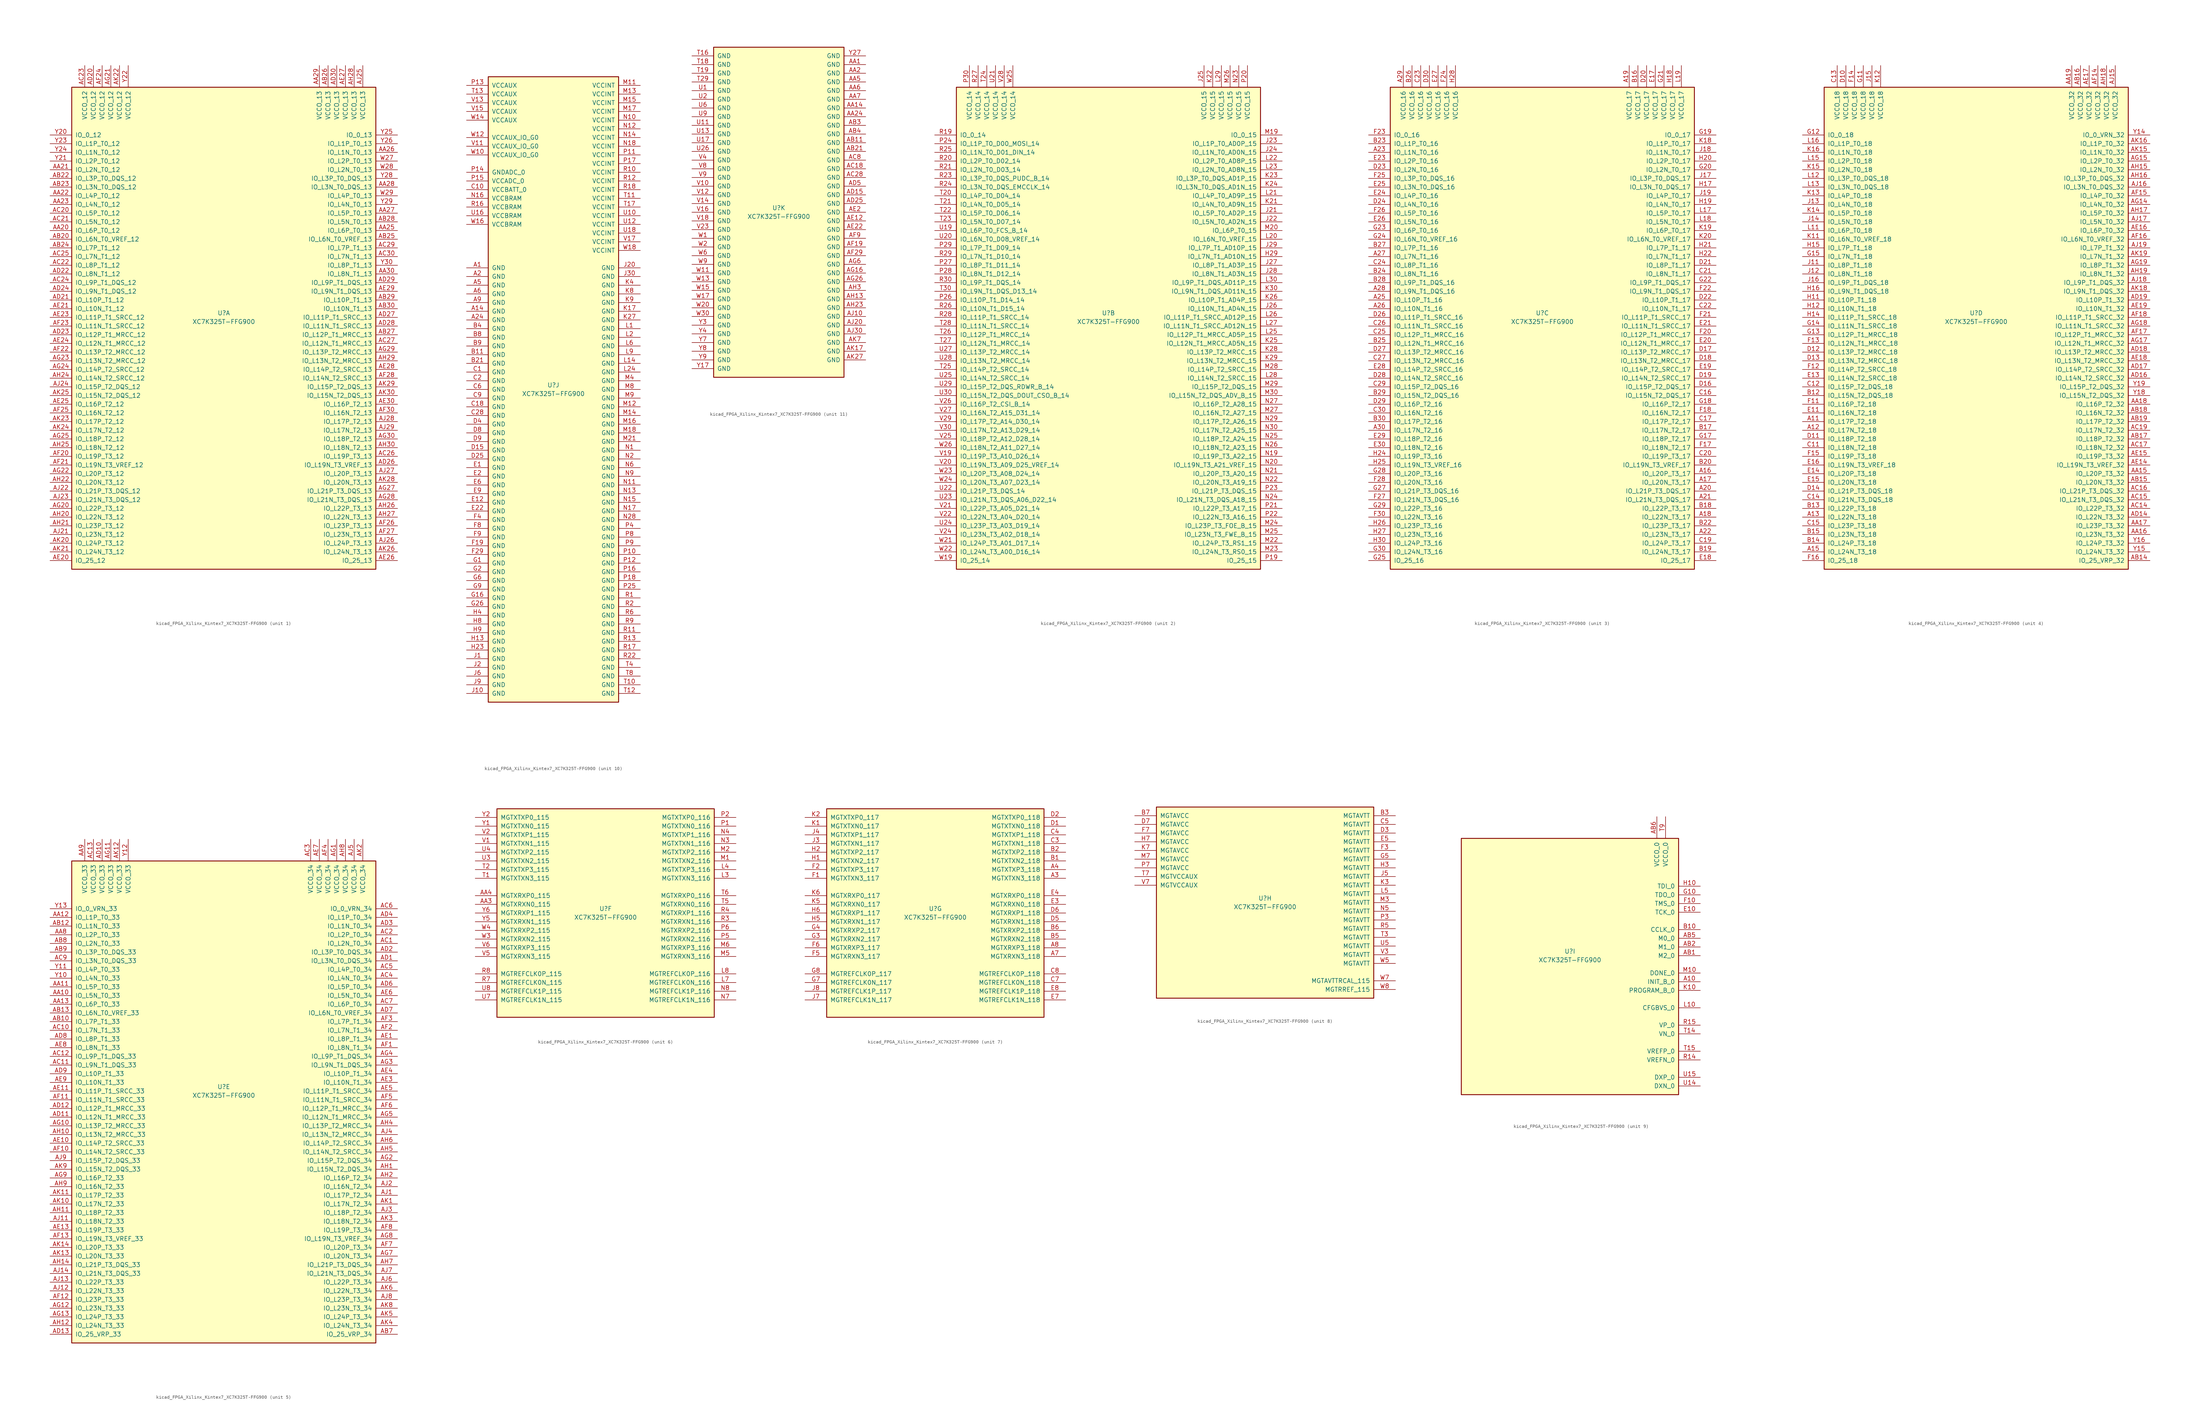
<source format=kicad_sym>
(kicad_symbol_lib
  (version 20220914)
  (generator kicad_symbol_editor)
  (symbol "kicad_FPGA_Xilinx_Kintex7_XC7K325T-FFG900"
    (pin_names
      (offset 1.016))
    (property "Reference" "U"
      (at 0 1.27 0)
      (effects (font (size 1.27 1.27))))
    (property "Value" "XC7K325T-FFG900"
      (at 0 -1.27 0)
      (effects (font (size 1.27 1.27))))
    (property "Datasheet" ""
      (at 0 0 0)
      (effects (font (size 1.27 1.27))))
    (property "ki_locked" ""
      (at 0 0 0)
      (effects (font (size 1.27 1.27))))
    (symbol "kicad_FPGA_Xilinx_Kintex7_XC7K325T-FFG900_1_1"
      (rectangle (start -44.45 67.31) (end 44.45 -73.66) (stroke (width 0.254) (type default)) (fill (type background)))
      (pin bidirectional line (at -50.8 25.4 0) (length 6.35) (name "IO_L6P_T0_12" (effects (font (size 1.27 1.27)))) (number "AA20" (effects (font (size 1.27 1.27)))))
      (pin bidirectional line (at -50.8 43.18 0) (length 6.35) (name "IO_L2N_T0_12" (effects (font (size 1.27 1.27)))) (number "AA21" (effects (font (size 1.27 1.27)))))
      (pin bidirectional line (at -50.8 35.56 0) (length 6.35) (name "IO_L4P_T0_12" (effects (font (size 1.27 1.27)))) (number "AA22" (effects (font (size 1.27 1.27)))))
      (pin bidirectional line (at -50.8 33.02 0) (length 6.35) (name "IO_L4N_T0_12" (effects (font (size 1.27 1.27)))) (number "AA23" (effects (font (size 1.27 1.27)))))
      (pin bidirectional line (at 50.8 25.4 180) (length 6.35) (name "IO_L6P_T0_13" (effects (font (size 1.27 1.27)))) (number "AA25" (effects (font (size 1.27 1.27)))))
      (pin bidirectional line (at 50.8 48.26 180) (length 6.35) (name "IO_L1N_T0_13" (effects (font (size 1.27 1.27)))) (number "AA26" (effects (font (size 1.27 1.27)))))
      (pin bidirectional line (at 50.8 30.48 180) (length 6.35) (name "IO_L5P_T0_13" (effects (font (size 1.27 1.27)))) (number "AA27" (effects (font (size 1.27 1.27)))))
      (pin bidirectional line (at 50.8 38.1 180) (length 6.35) (name "IO_L3N_T0_DQS_13" (effects (font (size 1.27 1.27)))) (number "AA28" (effects (font (size 1.27 1.27)))))
      (pin power_in line (at 27.94 73.66 270) (length 6.35) (name "VCCO_13" (effects (font (size 1.27 1.27)))) (number "AA29" (effects (font (size 1.27 1.27)))))
      (pin bidirectional line (at 50.8 12.7 180) (length 6.35) (name "IO_L8N_T1_13" (effects (font (size 1.27 1.27)))) (number "AA30" (effects (font (size 1.27 1.27)))))
      (pin bidirectional line (at -50.8 22.86 0) (length 6.35) (name "IO_L6N_T0_VREF_12" (effects (font (size 1.27 1.27)))) (number "AB20" (effects (font (size 1.27 1.27)))))
      (pin bidirectional line (at -50.8 40.64 0) (length 6.35) (name "IO_L3P_T0_DQS_12" (effects (font (size 1.27 1.27)))) (number "AB22" (effects (font (size 1.27 1.27)))))
      (pin bidirectional line (at -50.8 38.1 0) (length 6.35) (name "IO_L3N_T0_DQS_12" (effects (font (size 1.27 1.27)))) (number "AB23" (effects (font (size 1.27 1.27)))))
      (pin bidirectional line (at -50.8 20.32 0) (length 6.35) (name "IO_L7P_T1_12" (effects (font (size 1.27 1.27)))) (number "AB24" (effects (font (size 1.27 1.27)))))
      (pin bidirectional line (at 50.8 22.86 180) (length 6.35) (name "IO_L6N_T0_VREF_13" (effects (font (size 1.27 1.27)))) (number "AB25" (effects (font (size 1.27 1.27)))))
      (pin power_in line (at 30.48 73.66 270) (length 6.35) (name "VCCO_13" (effects (font (size 1.27 1.27)))) (number "AB26" (effects (font (size 1.27 1.27)))))
      (pin bidirectional line (at 50.8 -5.08 180) (length 6.35) (name "IO_L12P_T1_MRCC_13" (effects (font (size 1.27 1.27)))) (number "AB27" (effects (font (size 1.27 1.27)))))
      (pin bidirectional line (at 50.8 27.94 180) (length 6.35) (name "IO_L5N_T0_13" (effects (font (size 1.27 1.27)))) (number "AB28" (effects (font (size 1.27 1.27)))))
      (pin bidirectional line (at 50.8 5.08 180) (length 6.35) (name "IO_L10P_T1_13" (effects (font (size 1.27 1.27)))) (number "AB29" (effects (font (size 1.27 1.27)))))
      (pin bidirectional line (at 50.8 2.54 180) (length 6.35) (name "IO_L10N_T1_13" (effects (font (size 1.27 1.27)))) (number "AB30" (effects (font (size 1.27 1.27)))))
      (pin bidirectional line (at -50.8 30.48 0) (length 6.35) (name "IO_L5P_T0_12" (effects (font (size 1.27 1.27)))) (number "AC20" (effects (font (size 1.27 1.27)))))
      (pin bidirectional line (at -50.8 27.94 0) (length 6.35) (name "IO_L5N_T0_12" (effects (font (size 1.27 1.27)))) (number "AC21" (effects (font (size 1.27 1.27)))))
      (pin bidirectional line (at -50.8 15.24 0) (length 6.35) (name "IO_L8P_T1_12" (effects (font (size 1.27 1.27)))) (number "AC22" (effects (font (size 1.27 1.27)))))
      (pin power_in line (at -40.64 73.66 270) (length 6.35) (name "VCCO_12" (effects (font (size 1.27 1.27)))) (number "AC23" (effects (font (size 1.27 1.27)))))
      (pin bidirectional line (at -50.8 10.16 0) (length 6.35) (name "IO_L9P_T1_DQS_12" (effects (font (size 1.27 1.27)))) (number "AC24" (effects (font (size 1.27 1.27)))))
      (pin bidirectional line (at -50.8 17.78 0) (length 6.35) (name "IO_L7N_T1_12" (effects (font (size 1.27 1.27)))) (number "AC25" (effects (font (size 1.27 1.27)))))
      (pin bidirectional line (at 50.8 -40.64 180) (length 6.35) (name "IO_L19P_T3_13" (effects (font (size 1.27 1.27)))) (number "AC26" (effects (font (size 1.27 1.27)))))
      (pin bidirectional line (at 50.8 -7.62 180) (length 6.35) (name "IO_L12N_T1_MRCC_13" (effects (font (size 1.27 1.27)))) (number "AC27" (effects (font (size 1.27 1.27)))))
      (pin bidirectional line (at 50.8 20.32 180) (length 6.35) (name "IO_L7P_T1_13" (effects (font (size 1.27 1.27)))) (number "AC29" (effects (font (size 1.27 1.27)))))
      (pin bidirectional line (at 50.8 17.78 180) (length 6.35) (name "IO_L7N_T1_13" (effects (font (size 1.27 1.27)))) (number "AC30" (effects (font (size 1.27 1.27)))))
      (pin power_in line (at -38.1 73.66 270) (length 6.35) (name "VCCO_12" (effects (font (size 1.27 1.27)))) (number "AD20" (effects (font (size 1.27 1.27)))))
      (pin bidirectional line (at -50.8 5.08 0) (length 6.35) (name "IO_L10P_T1_12" (effects (font (size 1.27 1.27)))) (number "AD21" (effects (font (size 1.27 1.27)))))
      (pin bidirectional line (at -50.8 12.7 0) (length 6.35) (name "IO_L8N_T1_12" (effects (font (size 1.27 1.27)))) (number "AD22" (effects (font (size 1.27 1.27)))))
      (pin bidirectional line (at -50.8 -5.08 0) (length 6.35) (name "IO_L12P_T1_MRCC_12" (effects (font (size 1.27 1.27)))) (number "AD23" (effects (font (size 1.27 1.27)))))
      (pin bidirectional line (at -50.8 7.62 0) (length 6.35) (name "IO_L9N_T1_DQS_12" (effects (font (size 1.27 1.27)))) (number "AD24" (effects (font (size 1.27 1.27)))))
      (pin bidirectional line (at 50.8 -43.18 180) (length 6.35) (name "IO_L19N_T3_VREF_13" (effects (font (size 1.27 1.27)))) (number "AD26" (effects (font (size 1.27 1.27)))))
      (pin bidirectional line (at 50.8 0 180) (length 6.35) (name "IO_L11P_T1_SRCC_13" (effects (font (size 1.27 1.27)))) (number "AD27" (effects (font (size 1.27 1.27)))))
      (pin bidirectional line (at 50.8 -2.54 180) (length 6.35) (name "IO_L11N_T1_SRCC_13" (effects (font (size 1.27 1.27)))) (number "AD28" (effects (font (size 1.27 1.27)))))
      (pin bidirectional line (at 50.8 10.16 180) (length 6.35) (name "IO_L9P_T1_DQS_13" (effects (font (size 1.27 1.27)))) (number "AD29" (effects (font (size 1.27 1.27)))))
      (pin power_in line (at 33.02 73.66 270) (length 6.35) (name "VCCO_13" (effects (font (size 1.27 1.27)))) (number "AD30" (effects (font (size 1.27 1.27)))))
      (pin bidirectional line (at -50.8 -71.12 0) (length 6.35) (name "IO_25_12" (effects (font (size 1.27 1.27)))) (number "AE20" (effects (font (size 1.27 1.27)))))
      (pin bidirectional line (at -50.8 2.54 0) (length 6.35) (name "IO_L10N_T1_12" (effects (font (size 1.27 1.27)))) (number "AE21" (effects (font (size 1.27 1.27)))))
      (pin bidirectional line (at -50.8 0 0) (length 6.35) (name "IO_L11P_T1_SRCC_12" (effects (font (size 1.27 1.27)))) (number "AE23" (effects (font (size 1.27 1.27)))))
      (pin bidirectional line (at -50.8 -7.62 0) (length 6.35) (name "IO_L12N_T1_MRCC_12" (effects (font (size 1.27 1.27)))) (number "AE24" (effects (font (size 1.27 1.27)))))
      (pin bidirectional line (at -50.8 -25.4 0) (length 6.35) (name "IO_L16P_T2_12" (effects (font (size 1.27 1.27)))) (number "AE25" (effects (font (size 1.27 1.27)))))
      (pin bidirectional line (at 50.8 -71.12 180) (length 6.35) (name "IO_25_13" (effects (font (size 1.27 1.27)))) (number "AE26" (effects (font (size 1.27 1.27)))))
      (pin power_in line (at 35.56 73.66 270) (length 6.35) (name "VCCO_13" (effects (font (size 1.27 1.27)))) (number "AE27" (effects (font (size 1.27 1.27)))))
      (pin bidirectional line (at 50.8 -15.24 180) (length 6.35) (name "IO_L14P_T2_SRCC_13" (effects (font (size 1.27 1.27)))) (number "AE28" (effects (font (size 1.27 1.27)))))
      (pin bidirectional line (at 50.8 7.62 180) (length 6.35) (name "IO_L9N_T1_DQS_13" (effects (font (size 1.27 1.27)))) (number "AE29" (effects (font (size 1.27 1.27)))))
      (pin bidirectional line (at 50.8 -25.4 180) (length 6.35) (name "IO_L16P_T2_13" (effects (font (size 1.27 1.27)))) (number "AE30" (effects (font (size 1.27 1.27)))))
      (pin bidirectional line (at -50.8 -40.64 0) (length 6.35) (name "IO_L19P_T3_12" (effects (font (size 1.27 1.27)))) (number "AF20" (effects (font (size 1.27 1.27)))))
      (pin bidirectional line (at -50.8 -43.18 0) (length 6.35) (name "IO_L19N_T3_VREF_12" (effects (font (size 1.27 1.27)))) (number "AF21" (effects (font (size 1.27 1.27)))))
      (pin bidirectional line (at -50.8 -10.16 0) (length 6.35) (name "IO_L13P_T2_MRCC_12" (effects (font (size 1.27 1.27)))) (number "AF22" (effects (font (size 1.27 1.27)))))
      (pin bidirectional line (at -50.8 -2.54 0) (length 6.35) (name "IO_L11N_T1_SRCC_12" (effects (font (size 1.27 1.27)))) (number "AF23" (effects (font (size 1.27 1.27)))))
      (pin power_in line (at -35.56 73.66 270) (length 6.35) (name "VCCO_12" (effects (font (size 1.27 1.27)))) (number "AF24" (effects (font (size 1.27 1.27)))))
      (pin bidirectional line (at -50.8 -27.94 0) (length 6.35) (name "IO_L16N_T2_12" (effects (font (size 1.27 1.27)))) (number "AF25" (effects (font (size 1.27 1.27)))))
      (pin bidirectional line (at 50.8 -60.96 180) (length 6.35) (name "IO_L23P_T3_13" (effects (font (size 1.27 1.27)))) (number "AF26" (effects (font (size 1.27 1.27)))))
      (pin bidirectional line (at 50.8 -63.5 180) (length 6.35) (name "IO_L23N_T3_13" (effects (font (size 1.27 1.27)))) (number "AF27" (effects (font (size 1.27 1.27)))))
      (pin bidirectional line (at 50.8 -17.78 180) (length 6.35) (name "IO_L14N_T2_SRCC_13" (effects (font (size 1.27 1.27)))) (number "AF28" (effects (font (size 1.27 1.27)))))
      (pin bidirectional line (at 50.8 -27.94 180) (length 6.35) (name "IO_L16N_T2_13" (effects (font (size 1.27 1.27)))) (number "AF30" (effects (font (size 1.27 1.27)))))
      (pin bidirectional line (at -50.8 -55.88 0) (length 6.35) (name "IO_L22P_T3_12" (effects (font (size 1.27 1.27)))) (number "AG20" (effects (font (size 1.27 1.27)))))
      (pin power_in line (at -33.02 73.66 270) (length 6.35) (name "VCCO_12" (effects (font (size 1.27 1.27)))) (number "AG21" (effects (font (size 1.27 1.27)))))
      (pin bidirectional line (at -50.8 -45.72 0) (length 6.35) (name "IO_L20P_T3_12" (effects (font (size 1.27 1.27)))) (number "AG22" (effects (font (size 1.27 1.27)))))
      (pin bidirectional line (at -50.8 -12.7 0) (length 6.35) (name "IO_L13N_T2_MRCC_12" (effects (font (size 1.27 1.27)))) (number "AG23" (effects (font (size 1.27 1.27)))))
      (pin bidirectional line (at -50.8 -15.24 0) (length 6.35) (name "IO_L14P_T2_SRCC_12" (effects (font (size 1.27 1.27)))) (number "AG24" (effects (font (size 1.27 1.27)))))
      (pin bidirectional line (at -50.8 -35.56 0) (length 6.35) (name "IO_L18P_T2_12" (effects (font (size 1.27 1.27)))) (number "AG25" (effects (font (size 1.27 1.27)))))
      (pin bidirectional line (at 50.8 -50.8 180) (length 6.35) (name "IO_L21P_T3_DQS_13" (effects (font (size 1.27 1.27)))) (number "AG27" (effects (font (size 1.27 1.27)))))
      (pin bidirectional line (at 50.8 -53.34 180) (length 6.35) (name "IO_L21N_T3_DQS_13" (effects (font (size 1.27 1.27)))) (number "AG28" (effects (font (size 1.27 1.27)))))
      (pin bidirectional line (at 50.8 -10.16 180) (length 6.35) (name "IO_L13P_T2_MRCC_13" (effects (font (size 1.27 1.27)))) (number "AG29" (effects (font (size 1.27 1.27)))))
      (pin bidirectional line (at 50.8 -35.56 180) (length 6.35) (name "IO_L18P_T2_13" (effects (font (size 1.27 1.27)))) (number "AG30" (effects (font (size 1.27 1.27)))))
      (pin bidirectional line (at -50.8 -58.42 0) (length 6.35) (name "IO_L22N_T3_12" (effects (font (size 1.27 1.27)))) (number "AH20" (effects (font (size 1.27 1.27)))))
      (pin bidirectional line (at -50.8 -60.96 0) (length 6.35) (name "IO_L23P_T3_12" (effects (font (size 1.27 1.27)))) (number "AH21" (effects (font (size 1.27 1.27)))))
      (pin bidirectional line (at -50.8 -48.26 0) (length 6.35) (name "IO_L20N_T3_12" (effects (font (size 1.27 1.27)))) (number "AH22" (effects (font (size 1.27 1.27)))))
      (pin bidirectional line (at -50.8 -17.78 0) (length 6.35) (name "IO_L14N_T2_SRCC_12" (effects (font (size 1.27 1.27)))) (number "AH24" (effects (font (size 1.27 1.27)))))
      (pin bidirectional line (at -50.8 -38.1 0) (length 6.35) (name "IO_L18N_T2_12" (effects (font (size 1.27 1.27)))) (number "AH25" (effects (font (size 1.27 1.27)))))
      (pin bidirectional line (at 50.8 -55.88 180) (length 6.35) (name "IO_L22P_T3_13" (effects (font (size 1.27 1.27)))) (number "AH26" (effects (font (size 1.27 1.27)))))
      (pin bidirectional line (at 50.8 -58.42 180) (length 6.35) (name "IO_L22N_T3_13" (effects (font (size 1.27 1.27)))) (number "AH27" (effects (font (size 1.27 1.27)))))
      (pin power_in line (at 38.1 73.66 270) (length 6.35) (name "VCCO_13" (effects (font (size 1.27 1.27)))) (number "AH28" (effects (font (size 1.27 1.27)))))
      (pin bidirectional line (at 50.8 -12.7 180) (length 6.35) (name "IO_L13N_T2_MRCC_13" (effects (font (size 1.27 1.27)))) (number "AH29" (effects (font (size 1.27 1.27)))))
      (pin bidirectional line (at 50.8 -38.1 180) (length 6.35) (name "IO_L18N_T2_13" (effects (font (size 1.27 1.27)))) (number "AH30" (effects (font (size 1.27 1.27)))))
      (pin bidirectional line (at -50.8 -63.5 0) (length 6.35) (name "IO_L23N_T3_12" (effects (font (size 1.27 1.27)))) (number "AJ21" (effects (font (size 1.27 1.27)))))
      (pin bidirectional line (at -50.8 -50.8 0) (length 6.35) (name "IO_L21P_T3_DQS_12" (effects (font (size 1.27 1.27)))) (number "AJ22" (effects (font (size 1.27 1.27)))))
      (pin bidirectional line (at -50.8 -53.34 0) (length 6.35) (name "IO_L21N_T3_DQS_12" (effects (font (size 1.27 1.27)))) (number "AJ23" (effects (font (size 1.27 1.27)))))
      (pin bidirectional line (at -50.8 -20.32 0) (length 6.35) (name "IO_L15P_T2_DQS_12" (effects (font (size 1.27 1.27)))) (number "AJ24" (effects (font (size 1.27 1.27)))))
      (pin power_in line (at 40.64 73.66 270) (length 6.35) (name "VCCO_13" (effects (font (size 1.27 1.27)))) (number "AJ25" (effects (font (size 1.27 1.27)))))
      (pin bidirectional line (at 50.8 -66.04 180) (length 6.35) (name "IO_L24P_T3_13" (effects (font (size 1.27 1.27)))) (number "AJ26" (effects (font (size 1.27 1.27)))))
      (pin bidirectional line (at 50.8 -45.72 180) (length 6.35) (name "IO_L20P_T3_13" (effects (font (size 1.27 1.27)))) (number "AJ27" (effects (font (size 1.27 1.27)))))
      (pin bidirectional line (at 50.8 -30.48 180) (length 6.35) (name "IO_L17P_T2_13" (effects (font (size 1.27 1.27)))) (number "AJ28" (effects (font (size 1.27 1.27)))))
      (pin bidirectional line (at 50.8 -33.02 180) (length 6.35) (name "IO_L17N_T2_13" (effects (font (size 1.27 1.27)))) (number "AJ29" (effects (font (size 1.27 1.27)))))
      (pin bidirectional line (at -50.8 -66.04 0) (length 6.35) (name "IO_L24P_T3_12" (effects (font (size 1.27 1.27)))) (number "AK20" (effects (font (size 1.27 1.27)))))
      (pin bidirectional line (at -50.8 -68.58 0) (length 6.35) (name "IO_L24N_T3_12" (effects (font (size 1.27 1.27)))) (number "AK21" (effects (font (size 1.27 1.27)))))
      (pin power_in line (at -30.48 73.66 270) (length 6.35) (name "VCCO_12" (effects (font (size 1.27 1.27)))) (number "AK22" (effects (font (size 1.27 1.27)))))
      (pin bidirectional line (at -50.8 -30.48 0) (length 6.35) (name "IO_L17P_T2_12" (effects (font (size 1.27 1.27)))) (number "AK23" (effects (font (size 1.27 1.27)))))
      (pin bidirectional line (at -50.8 -33.02 0) (length 6.35) (name "IO_L17N_T2_12" (effects (font (size 1.27 1.27)))) (number "AK24" (effects (font (size 1.27 1.27)))))
      (pin bidirectional line (at -50.8 -22.86 0) (length 6.35) (name "IO_L15N_T2_DQS_12" (effects (font (size 1.27 1.27)))) (number "AK25" (effects (font (size 1.27 1.27)))))
      (pin bidirectional line (at 50.8 -68.58 180) (length 6.35) (name "IO_L24N_T3_13" (effects (font (size 1.27 1.27)))) (number "AK26" (effects (font (size 1.27 1.27)))))
      (pin bidirectional line (at 50.8 -48.26 180) (length 6.35) (name "IO_L20N_T3_13" (effects (font (size 1.27 1.27)))) (number "AK28" (effects (font (size 1.27 1.27)))))
      (pin bidirectional line (at 50.8 -20.32 180) (length 6.35) (name "IO_L15P_T2_DQS_13" (effects (font (size 1.27 1.27)))) (number "AK29" (effects (font (size 1.27 1.27)))))
      (pin bidirectional line (at 50.8 -22.86 180) (length 6.35) (name "IO_L15N_T2_DQS_13" (effects (font (size 1.27 1.27)))) (number "AK30" (effects (font (size 1.27 1.27)))))
      (pin bidirectional line (at 50.8 45.72 180) (length 6.35) (name "IO_L2P_T0_13" (effects (font (size 1.27 1.27)))) (number "W27" (effects (font (size 1.27 1.27)))))
      (pin bidirectional line (at 50.8 43.18 180) (length 6.35) (name "IO_L2N_T0_13" (effects (font (size 1.27 1.27)))) (number "W28" (effects (font (size 1.27 1.27)))))
      (pin bidirectional line (at 50.8 35.56 180) (length 6.35) (name "IO_L4P_T0_13" (effects (font (size 1.27 1.27)))) (number "W29" (effects (font (size 1.27 1.27)))))
      (pin bidirectional line (at -50.8 53.34 0) (length 6.35) (name "IO_0_12" (effects (font (size 1.27 1.27)))) (number "Y20" (effects (font (size 1.27 1.27)))))
      (pin bidirectional line (at -50.8 45.72 0) (length 6.35) (name "IO_L2P_T0_12" (effects (font (size 1.27 1.27)))) (number "Y21" (effects (font (size 1.27 1.27)))))
      (pin power_in line (at -27.94 73.66 270) (length 6.35) (name "VCCO_12" (effects (font (size 1.27 1.27)))) (number "Y22" (effects (font (size 1.27 1.27)))))
      (pin bidirectional line (at -50.8 50.8 0) (length 6.35) (name "IO_L1P_T0_12" (effects (font (size 1.27 1.27)))) (number "Y23" (effects (font (size 1.27 1.27)))))
      (pin bidirectional line (at -50.8 48.26 0) (length 6.35) (name "IO_L1N_T0_12" (effects (font (size 1.27 1.27)))) (number "Y24" (effects (font (size 1.27 1.27)))))
      (pin bidirectional line (at 50.8 53.34 180) (length 6.35) (name "IO_0_13" (effects (font (size 1.27 1.27)))) (number "Y25" (effects (font (size 1.27 1.27)))))
      (pin bidirectional line (at 50.8 50.8 180) (length 6.35) (name "IO_L1P_T0_13" (effects (font (size 1.27 1.27)))) (number "Y26" (effects (font (size 1.27 1.27)))))
      (pin bidirectional line (at 50.8 40.64 180) (length 6.35) (name "IO_L3P_T0_DQS_13" (effects (font (size 1.27 1.27)))) (number "Y28" (effects (font (size 1.27 1.27)))))
      (pin bidirectional line (at 50.8 33.02 180) (length 6.35) (name "IO_L4N_T0_13" (effects (font (size 1.27 1.27)))) (number "Y29" (effects (font (size 1.27 1.27)))))
      (pin bidirectional line (at 50.8 15.24 180) (length 6.35) (name "IO_L8P_T1_13" (effects (font (size 1.27 1.27)))) (number "Y30" (effects (font (size 1.27 1.27))))))
    (symbol "kicad_FPGA_Xilinx_Kintex7_XC7K325T-FFG900_2_1"
      (rectangle (start -44.45 67.31) (end 44.45 -73.66) (stroke (width 0.254) (type default)) (fill (type background)))
      (pin bidirectional line (at 50.8 17.78 180) (length 6.35) (name "IO_L7N_T1_AD10N_15" (effects (font (size 1.27 1.27)))) (number "H29" (effects (font (size 1.27 1.27)))))
      (pin bidirectional line (at 50.8 30.48 180) (length 6.35) (name "IO_L5P_T0_AD2P_15" (effects (font (size 1.27 1.27)))) (number "J21" (effects (font (size 1.27 1.27)))))
      (pin bidirectional line (at 50.8 27.94 180) (length 6.35) (name "IO_L5N_T0_AD2N_15" (effects (font (size 1.27 1.27)))) (number "J22" (effects (font (size 1.27 1.27)))))
      (pin bidirectional line (at 50.8 50.8 180) (length 6.35) (name "IO_L1P_T0_AD0P_15" (effects (font (size 1.27 1.27)))) (number "J23" (effects (font (size 1.27 1.27)))))
      (pin bidirectional line (at 50.8 48.26 180) (length 6.35) (name "IO_L1N_T0_AD0N_15" (effects (font (size 1.27 1.27)))) (number "J24" (effects (font (size 1.27 1.27)))))
      (pin power_in line (at 27.94 73.66 270) (length 6.35) (name "VCCO_15" (effects (font (size 1.27 1.27)))) (number "J25" (effects (font (size 1.27 1.27)))))
      (pin bidirectional line (at 50.8 2.54 180) (length 6.35) (name "IO_L10N_T1_AD4N_15" (effects (font (size 1.27 1.27)))) (number "J26" (effects (font (size 1.27 1.27)))))
      (pin bidirectional line (at 50.8 15.24 180) (length 6.35) (name "IO_L8P_T1_AD3P_15" (effects (font (size 1.27 1.27)))) (number "J27" (effects (font (size 1.27 1.27)))))
      (pin bidirectional line (at 50.8 12.7 180) (length 6.35) (name "IO_L8N_T1_AD3N_15" (effects (font (size 1.27 1.27)))) (number "J28" (effects (font (size 1.27 1.27)))))
      (pin bidirectional line (at 50.8 20.32 180) (length 6.35) (name "IO_L7P_T1_AD10P_15" (effects (font (size 1.27 1.27)))) (number "J29" (effects (font (size 1.27 1.27)))))
      (pin bidirectional line (at 50.8 33.02 180) (length 6.35) (name "IO_L4N_T0_AD9N_15" (effects (font (size 1.27 1.27)))) (number "K21" (effects (font (size 1.27 1.27)))))
      (pin power_in line (at 30.48 73.66 270) (length 6.35) (name "VCCO_15" (effects (font (size 1.27 1.27)))) (number "K22" (effects (font (size 1.27 1.27)))))
      (pin bidirectional line (at 50.8 40.64 180) (length 6.35) (name "IO_L3P_T0_DQS_AD1P_15" (effects (font (size 1.27 1.27)))) (number "K23" (effects (font (size 1.27 1.27)))))
      (pin bidirectional line (at 50.8 38.1 180) (length 6.35) (name "IO_L3N_T0_DQS_AD1N_15" (effects (font (size 1.27 1.27)))) (number "K24" (effects (font (size 1.27 1.27)))))
      (pin bidirectional line (at 50.8 -7.62 180) (length 6.35) (name "IO_L12N_T1_MRCC_AD5N_15" (effects (font (size 1.27 1.27)))) (number "K25" (effects (font (size 1.27 1.27)))))
      (pin bidirectional line (at 50.8 5.08 180) (length 6.35) (name "IO_L10P_T1_AD4P_15" (effects (font (size 1.27 1.27)))) (number "K26" (effects (font (size 1.27 1.27)))))
      (pin bidirectional line (at 50.8 -10.16 180) (length 6.35) (name "IO_L13P_T2_MRCC_15" (effects (font (size 1.27 1.27)))) (number "K28" (effects (font (size 1.27 1.27)))))
      (pin bidirectional line (at 50.8 -12.7 180) (length 6.35) (name "IO_L13N_T2_MRCC_15" (effects (font (size 1.27 1.27)))) (number "K29" (effects (font (size 1.27 1.27)))))
      (pin bidirectional line (at 50.8 7.62 180) (length 6.35) (name "IO_L9N_T1_DQS_AD11N_15" (effects (font (size 1.27 1.27)))) (number "K30" (effects (font (size 1.27 1.27)))))
      (pin bidirectional line (at 50.8 22.86 180) (length 6.35) (name "IO_L6N_T0_VREF_15" (effects (font (size 1.27 1.27)))) (number "L20" (effects (font (size 1.27 1.27)))))
      (pin bidirectional line (at 50.8 35.56 180) (length 6.35) (name "IO_L4P_T0_AD9P_15" (effects (font (size 1.27 1.27)))) (number "L21" (effects (font (size 1.27 1.27)))))
      (pin bidirectional line (at 50.8 45.72 180) (length 6.35) (name "IO_L2P_T0_AD8P_15" (effects (font (size 1.27 1.27)))) (number "L22" (effects (font (size 1.27 1.27)))))
      (pin bidirectional line (at 50.8 43.18 180) (length 6.35) (name "IO_L2N_T0_AD8N_15" (effects (font (size 1.27 1.27)))) (number "L23" (effects (font (size 1.27 1.27)))))
      (pin bidirectional line (at 50.8 -5.08 180) (length 6.35) (name "IO_L12P_T1_MRCC_AD5P_15" (effects (font (size 1.27 1.27)))) (number "L25" (effects (font (size 1.27 1.27)))))
      (pin bidirectional line (at 50.8 0 180) (length 6.35) (name "IO_L11P_T1_SRCC_AD12P_15" (effects (font (size 1.27 1.27)))) (number "L26" (effects (font (size 1.27 1.27)))))
      (pin bidirectional line (at 50.8 -2.54 180) (length 6.35) (name "IO_L11N_T1_SRCC_AD12N_15" (effects (font (size 1.27 1.27)))) (number "L27" (effects (font (size 1.27 1.27)))))
      (pin bidirectional line (at 50.8 -17.78 180) (length 6.35) (name "IO_L14N_T2_SRCC_15" (effects (font (size 1.27 1.27)))) (number "L28" (effects (font (size 1.27 1.27)))))
      (pin power_in line (at 33.02 73.66 270) (length 6.35) (name "VCCO_15" (effects (font (size 1.27 1.27)))) (number "L29" (effects (font (size 1.27 1.27)))))
      (pin bidirectional line (at 50.8 10.16 180) (length 6.35) (name "IO_L9P_T1_DQS_AD11P_15" (effects (font (size 1.27 1.27)))) (number "L30" (effects (font (size 1.27 1.27)))))
      (pin bidirectional line (at 50.8 53.34 180) (length 6.35) (name "IO_0_15" (effects (font (size 1.27 1.27)))) (number "M19" (effects (font (size 1.27 1.27)))))
      (pin bidirectional line (at 50.8 25.4 180) (length 6.35) (name "IO_L6P_T0_15" (effects (font (size 1.27 1.27)))) (number "M20" (effects (font (size 1.27 1.27)))))
      (pin bidirectional line (at 50.8 -66.04 180) (length 6.35) (name "IO_L24P_T3_RS1_15" (effects (font (size 1.27 1.27)))) (number "M22" (effects (font (size 1.27 1.27)))))
      (pin bidirectional line (at 50.8 -68.58 180) (length 6.35) (name "IO_L24N_T3_RS0_15" (effects (font (size 1.27 1.27)))) (number "M23" (effects (font (size 1.27 1.27)))))
      (pin bidirectional line (at 50.8 -60.96 180) (length 6.35) (name "IO_L23P_T3_FOE_B_15" (effects (font (size 1.27 1.27)))) (number "M24" (effects (font (size 1.27 1.27)))))
      (pin bidirectional line (at 50.8 -63.5 180) (length 6.35) (name "IO_L23N_T3_FWE_B_15" (effects (font (size 1.27 1.27)))) (number "M25" (effects (font (size 1.27 1.27)))))
      (pin power_in line (at 35.56 73.66 270) (length 6.35) (name "VCCO_15" (effects (font (size 1.27 1.27)))) (number "M26" (effects (font (size 1.27 1.27)))))
      (pin bidirectional line (at 50.8 -27.94 180) (length 6.35) (name "IO_L16N_T2_A27_15" (effects (font (size 1.27 1.27)))) (number "M27" (effects (font (size 1.27 1.27)))))
      (pin bidirectional line (at 50.8 -15.24 180) (length 6.35) (name "IO_L14P_T2_SRCC_15" (effects (font (size 1.27 1.27)))) (number "M28" (effects (font (size 1.27 1.27)))))
      (pin bidirectional line (at 50.8 -20.32 180) (length 6.35) (name "IO_L15P_T2_DQS_15" (effects (font (size 1.27 1.27)))) (number "M29" (effects (font (size 1.27 1.27)))))
      (pin bidirectional line (at 50.8 -22.86 180) (length 6.35) (name "IO_L15N_T2_DQS_ADV_B_15" (effects (font (size 1.27 1.27)))) (number "M30" (effects (font (size 1.27 1.27)))))
      (pin bidirectional line (at 50.8 -40.64 180) (length 6.35) (name "IO_L19P_T3_A22_15" (effects (font (size 1.27 1.27)))) (number "N19" (effects (font (size 1.27 1.27)))))
      (pin bidirectional line (at 50.8 -43.18 180) (length 6.35) (name "IO_L19N_T3_A21_VREF_15" (effects (font (size 1.27 1.27)))) (number "N20" (effects (font (size 1.27 1.27)))))
      (pin bidirectional line (at 50.8 -45.72 180) (length 6.35) (name "IO_L20P_T3_A20_15" (effects (font (size 1.27 1.27)))) (number "N21" (effects (font (size 1.27 1.27)))))
      (pin bidirectional line (at 50.8 -48.26 180) (length 6.35) (name "IO_L20N_T3_A19_15" (effects (font (size 1.27 1.27)))) (number "N22" (effects (font (size 1.27 1.27)))))
      (pin power_in line (at 38.1 73.66 270) (length 6.35) (name "VCCO_15" (effects (font (size 1.27 1.27)))) (number "N23" (effects (font (size 1.27 1.27)))))
      (pin bidirectional line (at 50.8 -53.34 180) (length 6.35) (name "IO_L21N_T3_DQS_A18_15" (effects (font (size 1.27 1.27)))) (number "N24" (effects (font (size 1.27 1.27)))))
      (pin bidirectional line (at 50.8 -35.56 180) (length 6.35) (name "IO_L18P_T2_A24_15" (effects (font (size 1.27 1.27)))) (number "N25" (effects (font (size 1.27 1.27)))))
      (pin bidirectional line (at 50.8 -38.1 180) (length 6.35) (name "IO_L18N_T2_A23_15" (effects (font (size 1.27 1.27)))) (number "N26" (effects (font (size 1.27 1.27)))))
      (pin bidirectional line (at 50.8 -25.4 180) (length 6.35) (name "IO_L16P_T2_A28_15" (effects (font (size 1.27 1.27)))) (number "N27" (effects (font (size 1.27 1.27)))))
      (pin bidirectional line (at 50.8 -30.48 180) (length 6.35) (name "IO_L17P_T2_A26_15" (effects (font (size 1.27 1.27)))) (number "N29" (effects (font (size 1.27 1.27)))))
      (pin bidirectional line (at 50.8 -33.02 180) (length 6.35) (name "IO_L17N_T2_A25_15" (effects (font (size 1.27 1.27)))) (number "N30" (effects (font (size 1.27 1.27)))))
      (pin bidirectional line (at 50.8 -71.12 180) (length 6.35) (name "IO_25_15" (effects (font (size 1.27 1.27)))) (number "P19" (effects (font (size 1.27 1.27)))))
      (pin power_in line (at 40.64 73.66 270) (length 6.35) (name "VCCO_15" (effects (font (size 1.27 1.27)))) (number "P20" (effects (font (size 1.27 1.27)))))
      (pin bidirectional line (at 50.8 -55.88 180) (length 6.35) (name "IO_L22P_T3_A17_15" (effects (font (size 1.27 1.27)))) (number "P21" (effects (font (size 1.27 1.27)))))
      (pin bidirectional line (at 50.8 -58.42 180) (length 6.35) (name "IO_L22N_T3_A16_15" (effects (font (size 1.27 1.27)))) (number "P22" (effects (font (size 1.27 1.27)))))
      (pin bidirectional line (at 50.8 -50.8 180) (length 6.35) (name "IO_L21P_T3_DQS_15" (effects (font (size 1.27 1.27)))) (number "P23" (effects (font (size 1.27 1.27)))))
      (pin bidirectional line (at -50.8 50.8 0) (length 6.35) (name "IO_L1P_T0_D00_MOSI_14" (effects (font (size 1.27 1.27)))) (number "P24" (effects (font (size 1.27 1.27)))))
      (pin bidirectional line (at -50.8 5.08 0) (length 6.35) (name "IO_L10P_T1_D14_14" (effects (font (size 1.27 1.27)))) (number "P26" (effects (font (size 1.27 1.27)))))
      (pin bidirectional line (at -50.8 15.24 0) (length 6.35) (name "IO_L8P_T1_D11_14" (effects (font (size 1.27 1.27)))) (number "P27" (effects (font (size 1.27 1.27)))))
      (pin bidirectional line (at -50.8 12.7 0) (length 6.35) (name "IO_L8N_T1_D12_14" (effects (font (size 1.27 1.27)))) (number "P28" (effects (font (size 1.27 1.27)))))
      (pin bidirectional line (at -50.8 20.32 0) (length 6.35) (name "IO_L7P_T1_D09_14" (effects (font (size 1.27 1.27)))) (number "P29" (effects (font (size 1.27 1.27)))))
      (pin power_in line (at -40.64 73.66 270) (length 6.35) (name "VCCO_14" (effects (font (size 1.27 1.27)))) (number "P30" (effects (font (size 1.27 1.27)))))
      (pin bidirectional line (at -50.8 53.34 0) (length 6.35) (name "IO_0_14" (effects (font (size 1.27 1.27)))) (number "R19" (effects (font (size 1.27 1.27)))))
      (pin bidirectional line (at -50.8 45.72 0) (length 6.35) (name "IO_L2P_T0_D02_14" (effects (font (size 1.27 1.27)))) (number "R20" (effects (font (size 1.27 1.27)))))
      (pin bidirectional line (at -50.8 43.18 0) (length 6.35) (name "IO_L2N_T0_D03_14" (effects (font (size 1.27 1.27)))) (number "R21" (effects (font (size 1.27 1.27)))))
      (pin bidirectional line (at -50.8 40.64 0) (length 6.35) (name "IO_L3P_T0_DQS_PUDC_B_14" (effects (font (size 1.27 1.27)))) (number "R23" (effects (font (size 1.27 1.27)))))
      (pin bidirectional line (at -50.8 38.1 0) (length 6.35) (name "IO_L3N_T0_DQS_EMCCLK_14" (effects (font (size 1.27 1.27)))) (number "R24" (effects (font (size 1.27 1.27)))))
      (pin bidirectional line (at -50.8 48.26 0) (length 6.35) (name "IO_L1N_T0_D01_DIN_14" (effects (font (size 1.27 1.27)))) (number "R25" (effects (font (size 1.27 1.27)))))
      (pin bidirectional line (at -50.8 2.54 0) (length 6.35) (name "IO_L10N_T1_D15_14" (effects (font (size 1.27 1.27)))) (number "R26" (effects (font (size 1.27 1.27)))))
      (pin power_in line (at -38.1 73.66 270) (length 6.35) (name "VCCO_14" (effects (font (size 1.27 1.27)))) (number "R27" (effects (font (size 1.27 1.27)))))
      (pin bidirectional line (at -50.8 0 0) (length 6.35) (name "IO_L11P_T1_SRCC_14" (effects (font (size 1.27 1.27)))) (number "R28" (effects (font (size 1.27 1.27)))))
      (pin bidirectional line (at -50.8 17.78 0) (length 6.35) (name "IO_L7N_T1_D10_14" (effects (font (size 1.27 1.27)))) (number "R29" (effects (font (size 1.27 1.27)))))
      (pin bidirectional line (at -50.8 10.16 0) (length 6.35) (name "IO_L9P_T1_DQS_14" (effects (font (size 1.27 1.27)))) (number "R30" (effects (font (size 1.27 1.27)))))
      (pin bidirectional line (at -50.8 35.56 0) (length 6.35) (name "IO_L4P_T0_D04_14" (effects (font (size 1.27 1.27)))) (number "T20" (effects (font (size 1.27 1.27)))))
      (pin bidirectional line (at -50.8 33.02 0) (length 6.35) (name "IO_L4N_T0_D05_14" (effects (font (size 1.27 1.27)))) (number "T21" (effects (font (size 1.27 1.27)))))
      (pin bidirectional line (at -50.8 30.48 0) (length 6.35) (name "IO_L5P_T0_D06_14" (effects (font (size 1.27 1.27)))) (number "T22" (effects (font (size 1.27 1.27)))))
      (pin bidirectional line (at -50.8 27.94 0) (length 6.35) (name "IO_L5N_T0_D07_14" (effects (font (size 1.27 1.27)))) (number "T23" (effects (font (size 1.27 1.27)))))
      (pin power_in line (at -35.56 73.66 270) (length 6.35) (name "VCCO_14" (effects (font (size 1.27 1.27)))) (number "T24" (effects (font (size 1.27 1.27)))))
      (pin bidirectional line (at -50.8 -15.24 0) (length 6.35) (name "IO_L14P_T2_SRCC_14" (effects (font (size 1.27 1.27)))) (number "T25" (effects (font (size 1.27 1.27)))))
      (pin bidirectional line (at -50.8 -5.08 0) (length 6.35) (name "IO_L12P_T1_MRCC_14" (effects (font (size 1.27 1.27)))) (number "T26" (effects (font (size 1.27 1.27)))))
      (pin bidirectional line (at -50.8 -7.62 0) (length 6.35) (name "IO_L12N_T1_MRCC_14" (effects (font (size 1.27 1.27)))) (number "T27" (effects (font (size 1.27 1.27)))))
      (pin bidirectional line (at -50.8 -2.54 0) (length 6.35) (name "IO_L11N_T1_SRCC_14" (effects (font (size 1.27 1.27)))) (number "T28" (effects (font (size 1.27 1.27)))))
      (pin bidirectional line (at -50.8 7.62 0) (length 6.35) (name "IO_L9N_T1_DQS_D13_14" (effects (font (size 1.27 1.27)))) (number "T30" (effects (font (size 1.27 1.27)))))
      (pin bidirectional line (at -50.8 25.4 0) (length 6.35) (name "IO_L6P_T0_FCS_B_14" (effects (font (size 1.27 1.27)))) (number "U19" (effects (font (size 1.27 1.27)))))
      (pin bidirectional line (at -50.8 22.86 0) (length 6.35) (name "IO_L6N_T0_D08_VREF_14" (effects (font (size 1.27 1.27)))) (number "U20" (effects (font (size 1.27 1.27)))))
      (pin power_in line (at -33.02 73.66 270) (length 6.35) (name "VCCO_14" (effects (font (size 1.27 1.27)))) (number "U21" (effects (font (size 1.27 1.27)))))
      (pin bidirectional line (at -50.8 -50.8 0) (length 6.35) (name "IO_L21P_T3_DQS_14" (effects (font (size 1.27 1.27)))) (number "U22" (effects (font (size 1.27 1.27)))))
      (pin bidirectional line (at -50.8 -53.34 0) (length 6.35) (name "IO_L21N_T3_DQS_A06_D22_14" (effects (font (size 1.27 1.27)))) (number "U23" (effects (font (size 1.27 1.27)))))
      (pin bidirectional line (at -50.8 -60.96 0) (length 6.35) (name "IO_L23P_T3_A03_D19_14" (effects (font (size 1.27 1.27)))) (number "U24" (effects (font (size 1.27 1.27)))))
      (pin bidirectional line (at -50.8 -17.78 0) (length 6.35) (name "IO_L14N_T2_SRCC_14" (effects (font (size 1.27 1.27)))) (number "U25" (effects (font (size 1.27 1.27)))))
      (pin bidirectional line (at -50.8 -10.16 0) (length 6.35) (name "IO_L13P_T2_MRCC_14" (effects (font (size 1.27 1.27)))) (number "U27" (effects (font (size 1.27 1.27)))))
      (pin bidirectional line (at -50.8 -12.7 0) (length 6.35) (name "IO_L13N_T2_MRCC_14" (effects (font (size 1.27 1.27)))) (number "U28" (effects (font (size 1.27 1.27)))))
      (pin bidirectional line (at -50.8 -20.32 0) (length 6.35) (name "IO_L15P_T2_DQS_RDWR_B_14" (effects (font (size 1.27 1.27)))) (number "U29" (effects (font (size 1.27 1.27)))))
      (pin bidirectional line (at -50.8 -22.86 0) (length 6.35) (name "IO_L15N_T2_DQS_DOUT_CSO_B_14" (effects (font (size 1.27 1.27)))) (number "U30" (effects (font (size 1.27 1.27)))))
      (pin bidirectional line (at -50.8 -40.64 0) (length 6.35) (name "IO_L19P_T3_A10_D26_14" (effects (font (size 1.27 1.27)))) (number "V19" (effects (font (size 1.27 1.27)))))
      (pin bidirectional line (at -50.8 -43.18 0) (length 6.35) (name "IO_L19N_T3_A09_D25_VREF_14" (effects (font (size 1.27 1.27)))) (number "V20" (effects (font (size 1.27 1.27)))))
      (pin bidirectional line (at -50.8 -55.88 0) (length 6.35) (name "IO_L22P_T3_A05_D21_14" (effects (font (size 1.27 1.27)))) (number "V21" (effects (font (size 1.27 1.27)))))
      (pin bidirectional line (at -50.8 -58.42 0) (length 6.35) (name "IO_L22N_T3_A04_D20_14" (effects (font (size 1.27 1.27)))) (number "V22" (effects (font (size 1.27 1.27)))))
      (pin bidirectional line (at -50.8 -63.5 0) (length 6.35) (name "IO_L23N_T3_A02_D18_14" (effects (font (size 1.27 1.27)))) (number "V24" (effects (font (size 1.27 1.27)))))
      (pin bidirectional line (at -50.8 -35.56 0) (length 6.35) (name "IO_L18P_T2_A12_D28_14" (effects (font (size 1.27 1.27)))) (number "V25" (effects (font (size 1.27 1.27)))))
      (pin bidirectional line (at -50.8 -25.4 0) (length 6.35) (name "IO_L16P_T2_CSI_B_14" (effects (font (size 1.27 1.27)))) (number "V26" (effects (font (size 1.27 1.27)))))
      (pin bidirectional line (at -50.8 -27.94 0) (length 6.35) (name "IO_L16N_T2_A15_D31_14" (effects (font (size 1.27 1.27)))) (number "V27" (effects (font (size 1.27 1.27)))))
      (pin power_in line (at -30.48 73.66 270) (length 6.35) (name "VCCO_14" (effects (font (size 1.27 1.27)))) (number "V28" (effects (font (size 1.27 1.27)))))
      (pin bidirectional line (at -50.8 -30.48 0) (length 6.35) (name "IO_L17P_T2_A14_D30_14" (effects (font (size 1.27 1.27)))) (number "V29" (effects (font (size 1.27 1.27)))))
      (pin bidirectional line (at -50.8 -33.02 0) (length 6.35) (name "IO_L17N_T2_A13_D29_14" (effects (font (size 1.27 1.27)))) (number "V30" (effects (font (size 1.27 1.27)))))
      (pin bidirectional line (at -50.8 -71.12 0) (length 6.35) (name "IO_25_14" (effects (font (size 1.27 1.27)))) (number "W19" (effects (font (size 1.27 1.27)))))
      (pin bidirectional line (at -50.8 -66.04 0) (length 6.35) (name "IO_L24P_T3_A01_D17_14" (effects (font (size 1.27 1.27)))) (number "W21" (effects (font (size 1.27 1.27)))))
      (pin bidirectional line (at -50.8 -68.58 0) (length 6.35) (name "IO_L24N_T3_A00_D16_14" (effects (font (size 1.27 1.27)))) (number "W22" (effects (font (size 1.27 1.27)))))
      (pin bidirectional line (at -50.8 -45.72 0) (length 6.35) (name "IO_L20P_T3_A08_D24_14" (effects (font (size 1.27 1.27)))) (number "W23" (effects (font (size 1.27 1.27)))))
      (pin bidirectional line (at -50.8 -48.26 0) (length 6.35) (name "IO_L20N_T3_A07_D23_14" (effects (font (size 1.27 1.27)))) (number "W24" (effects (font (size 1.27 1.27)))))
      (pin power_in line (at -27.94 73.66 270) (length 6.35) (name "VCCO_14" (effects (font (size 1.27 1.27)))) (number "W25" (effects (font (size 1.27 1.27)))))
      (pin bidirectional line (at -50.8 -38.1 0) (length 6.35) (name "IO_L18N_T2_A11_D27_14" (effects (font (size 1.27 1.27)))) (number "W26" (effects (font (size 1.27 1.27))))))
    (symbol "kicad_FPGA_Xilinx_Kintex7_XC7K325T-FFG900_3_1"
      (rectangle (start -44.45 67.31) (end 44.45 -73.66) (stroke (width 0.254) (type default)) (fill (type background)))
      (pin bidirectional line (at 50.8 -45.72 180) (length 6.35) (name "IO_L20P_T3_17" (effects (font (size 1.27 1.27)))) (number "A16" (effects (font (size 1.27 1.27)))))
      (pin bidirectional line (at 50.8 -48.26 180) (length 6.35) (name "IO_L20N_T3_17" (effects (font (size 1.27 1.27)))) (number "A17" (effects (font (size 1.27 1.27)))))
      (pin bidirectional line (at 50.8 -58.42 180) (length 6.35) (name "IO_L22N_T3_17" (effects (font (size 1.27 1.27)))) (number "A18" (effects (font (size 1.27 1.27)))))
      (pin power_in line (at 25.4 73.66 270) (length 6.35) (name "VCCO_17" (effects (font (size 1.27 1.27)))) (number "A19" (effects (font (size 1.27 1.27)))))
      (pin bidirectional line (at 50.8 -50.8 180) (length 6.35) (name "IO_L21P_T3_DQS_17" (effects (font (size 1.27 1.27)))) (number "A20" (effects (font (size 1.27 1.27)))))
      (pin bidirectional line (at 50.8 -53.34 180) (length 6.35) (name "IO_L21N_T3_DQS_17" (effects (font (size 1.27 1.27)))) (number "A21" (effects (font (size 1.27 1.27)))))
      (pin bidirectional line (at 50.8 -63.5 180) (length 6.35) (name "IO_L23N_T3_17" (effects (font (size 1.27 1.27)))) (number "A22" (effects (font (size 1.27 1.27)))))
      (pin bidirectional line (at -50.8 48.26 0) (length 6.35) (name "IO_L1N_T0_16" (effects (font (size 1.27 1.27)))) (number "A23" (effects (font (size 1.27 1.27)))))
      (pin bidirectional line (at -50.8 5.08 0) (length 6.35) (name "IO_L10P_T1_16" (effects (font (size 1.27 1.27)))) (number "A25" (effects (font (size 1.27 1.27)))))
      (pin bidirectional line (at -50.8 2.54 0) (length 6.35) (name "IO_L10N_T1_16" (effects (font (size 1.27 1.27)))) (number "A26" (effects (font (size 1.27 1.27)))))
      (pin bidirectional line (at -50.8 17.78 0) (length 6.35) (name "IO_L7N_T1_16" (effects (font (size 1.27 1.27)))) (number "A27" (effects (font (size 1.27 1.27)))))
      (pin bidirectional line (at -50.8 7.62 0) (length 6.35) (name "IO_L9N_T1_DQS_16" (effects (font (size 1.27 1.27)))) (number "A28" (effects (font (size 1.27 1.27)))))
      (pin power_in line (at -40.64 73.66 270) (length 6.35) (name "VCCO_16" (effects (font (size 1.27 1.27)))) (number "A29" (effects (font (size 1.27 1.27)))))
      (pin bidirectional line (at -50.8 -33.02 0) (length 6.35) (name "IO_L17N_T2_16" (effects (font (size 1.27 1.27)))) (number "A30" (effects (font (size 1.27 1.27)))))
      (pin power_in line (at 27.94 73.66 270) (length 6.35) (name "VCCO_17" (effects (font (size 1.27 1.27)))) (number "B16" (effects (font (size 1.27 1.27)))))
      (pin bidirectional line (at 50.8 -33.02 180) (length 6.35) (name "IO_L17N_T2_17" (effects (font (size 1.27 1.27)))) (number "B17" (effects (font (size 1.27 1.27)))))
      (pin bidirectional line (at 50.8 -55.88 180) (length 6.35) (name "IO_L22P_T3_17" (effects (font (size 1.27 1.27)))) (number "B18" (effects (font (size 1.27 1.27)))))
      (pin bidirectional line (at 50.8 -68.58 180) (length 6.35) (name "IO_L24N_T3_17" (effects (font (size 1.27 1.27)))) (number "B19" (effects (font (size 1.27 1.27)))))
      (pin bidirectional line (at 50.8 -43.18 180) (length 6.35) (name "IO_L19N_T3_VREF_17" (effects (font (size 1.27 1.27)))) (number "B20" (effects (font (size 1.27 1.27)))))
      (pin bidirectional line (at 50.8 -60.96 180) (length 6.35) (name "IO_L23P_T3_17" (effects (font (size 1.27 1.27)))) (number "B22" (effects (font (size 1.27 1.27)))))
      (pin bidirectional line (at -50.8 50.8 0) (length 6.35) (name "IO_L1P_T0_16" (effects (font (size 1.27 1.27)))) (number "B23" (effects (font (size 1.27 1.27)))))
      (pin bidirectional line (at -50.8 12.7 0) (length 6.35) (name "IO_L8N_T1_16" (effects (font (size 1.27 1.27)))) (number "B24" (effects (font (size 1.27 1.27)))))
      (pin bidirectional line (at -50.8 -7.62 0) (length 6.35) (name "IO_L12N_T1_MRCC_16" (effects (font (size 1.27 1.27)))) (number "B25" (effects (font (size 1.27 1.27)))))
      (pin power_in line (at -38.1 73.66 270) (length 6.35) (name "VCCO_16" (effects (font (size 1.27 1.27)))) (number "B26" (effects (font (size 1.27 1.27)))))
      (pin bidirectional line (at -50.8 20.32 0) (length 6.35) (name "IO_L7P_T1_16" (effects (font (size 1.27 1.27)))) (number "B27" (effects (font (size 1.27 1.27)))))
      (pin bidirectional line (at -50.8 10.16 0) (length 6.35) (name "IO_L9P_T1_DQS_16" (effects (font (size 1.27 1.27)))) (number "B28" (effects (font (size 1.27 1.27)))))
      (pin bidirectional line (at -50.8 -22.86 0) (length 6.35) (name "IO_L15N_T2_DQS_16" (effects (font (size 1.27 1.27)))) (number "B29" (effects (font (size 1.27 1.27)))))
      (pin bidirectional line (at -50.8 -30.48 0) (length 6.35) (name "IO_L17P_T2_16" (effects (font (size 1.27 1.27)))) (number "B30" (effects (font (size 1.27 1.27)))))
      (pin bidirectional line (at 50.8 -22.86 180) (length 6.35) (name "IO_L15N_T2_DQS_17" (effects (font (size 1.27 1.27)))) (number "C16" (effects (font (size 1.27 1.27)))))
      (pin bidirectional line (at 50.8 -30.48 180) (length 6.35) (name "IO_L17P_T2_17" (effects (font (size 1.27 1.27)))) (number "C17" (effects (font (size 1.27 1.27)))))
      (pin bidirectional line (at 50.8 -66.04 180) (length 6.35) (name "IO_L24P_T3_17" (effects (font (size 1.27 1.27)))) (number "C19" (effects (font (size 1.27 1.27)))))
      (pin bidirectional line (at 50.8 -40.64 180) (length 6.35) (name "IO_L19P_T3_17" (effects (font (size 1.27 1.27)))) (number "C20" (effects (font (size 1.27 1.27)))))
      (pin bidirectional line (at 50.8 12.7 180) (length 6.35) (name "IO_L8N_T1_17" (effects (font (size 1.27 1.27)))) (number "C21" (effects (font (size 1.27 1.27)))))
      (pin bidirectional line (at 50.8 2.54 180) (length 6.35) (name "IO_L10N_T1_17" (effects (font (size 1.27 1.27)))) (number "C22" (effects (font (size 1.27 1.27)))))
      (pin power_in line (at -35.56 73.66 270) (length 6.35) (name "VCCO_16" (effects (font (size 1.27 1.27)))) (number "C23" (effects (font (size 1.27 1.27)))))
      (pin bidirectional line (at -50.8 15.24 0) (length 6.35) (name "IO_L8P_T1_16" (effects (font (size 1.27 1.27)))) (number "C24" (effects (font (size 1.27 1.27)))))
      (pin bidirectional line (at -50.8 -5.08 0) (length 6.35) (name "IO_L12P_T1_MRCC_16" (effects (font (size 1.27 1.27)))) (number "C25" (effects (font (size 1.27 1.27)))))
      (pin bidirectional line (at -50.8 -2.54 0) (length 6.35) (name "IO_L11N_T1_SRCC_16" (effects (font (size 1.27 1.27)))) (number "C26" (effects (font (size 1.27 1.27)))))
      (pin bidirectional line (at -50.8 -12.7 0) (length 6.35) (name "IO_L13N_T2_MRCC_16" (effects (font (size 1.27 1.27)))) (number "C27" (effects (font (size 1.27 1.27)))))
      (pin bidirectional line (at -50.8 -20.32 0) (length 6.35) (name "IO_L15P_T2_DQS_16" (effects (font (size 1.27 1.27)))) (number "C29" (effects (font (size 1.27 1.27)))))
      (pin bidirectional line (at -50.8 -27.94 0) (length 6.35) (name "IO_L16N_T2_16" (effects (font (size 1.27 1.27)))) (number "C30" (effects (font (size 1.27 1.27)))))
      (pin bidirectional line (at 50.8 -20.32 180) (length 6.35) (name "IO_L15P_T2_DQS_17" (effects (font (size 1.27 1.27)))) (number "D16" (effects (font (size 1.27 1.27)))))
      (pin bidirectional line (at 50.8 -10.16 180) (length 6.35) (name "IO_L13P_T2_MRCC_17" (effects (font (size 1.27 1.27)))) (number "D17" (effects (font (size 1.27 1.27)))))
      (pin bidirectional line (at 50.8 -12.7 180) (length 6.35) (name "IO_L13N_T2_MRCC_17" (effects (font (size 1.27 1.27)))) (number "D18" (effects (font (size 1.27 1.27)))))
      (pin bidirectional line (at 50.8 -17.78 180) (length 6.35) (name "IO_L14N_T2_SRCC_17" (effects (font (size 1.27 1.27)))) (number "D19" (effects (font (size 1.27 1.27)))))
      (pin power_in line (at 30.48 73.66 270) (length 6.35) (name "VCCO_17" (effects (font (size 1.27 1.27)))) (number "D20" (effects (font (size 1.27 1.27)))))
      (pin bidirectional line (at 50.8 15.24 180) (length 6.35) (name "IO_L8P_T1_17" (effects (font (size 1.27 1.27)))) (number "D21" (effects (font (size 1.27 1.27)))))
      (pin bidirectional line (at 50.8 5.08 180) (length 6.35) (name "IO_L10P_T1_17" (effects (font (size 1.27 1.27)))) (number "D22" (effects (font (size 1.27 1.27)))))
      (pin bidirectional line (at -50.8 43.18 0) (length 6.35) (name "IO_L2N_T0_16" (effects (font (size 1.27 1.27)))) (number "D23" (effects (font (size 1.27 1.27)))))
      (pin bidirectional line (at -50.8 33.02 0) (length 6.35) (name "IO_L4N_T0_16" (effects (font (size 1.27 1.27)))) (number "D24" (effects (font (size 1.27 1.27)))))
      (pin bidirectional line (at -50.8 0 0) (length 6.35) (name "IO_L11P_T1_SRCC_16" (effects (font (size 1.27 1.27)))) (number "D26" (effects (font (size 1.27 1.27)))))
      (pin bidirectional line (at -50.8 -10.16 0) (length 6.35) (name "IO_L13P_T2_MRCC_16" (effects (font (size 1.27 1.27)))) (number "D27" (effects (font (size 1.27 1.27)))))
      (pin bidirectional line (at -50.8 -17.78 0) (length 6.35) (name "IO_L14N_T2_SRCC_16" (effects (font (size 1.27 1.27)))) (number "D28" (effects (font (size 1.27 1.27)))))
      (pin bidirectional line (at -50.8 -25.4 0) (length 6.35) (name "IO_L16P_T2_16" (effects (font (size 1.27 1.27)))) (number "D29" (effects (font (size 1.27 1.27)))))
      (pin power_in line (at -33.02 73.66 270) (length 6.35) (name "VCCO_16" (effects (font (size 1.27 1.27)))) (number "D30" (effects (font (size 1.27 1.27)))))
      (pin power_in line (at 33.02 73.66 270) (length 6.35) (name "VCCO_17" (effects (font (size 1.27 1.27)))) (number "E17" (effects (font (size 1.27 1.27)))))
      (pin bidirectional line (at 50.8 -71.12 180) (length 6.35) (name "IO_25_17" (effects (font (size 1.27 1.27)))) (number "E18" (effects (font (size 1.27 1.27)))))
      (pin bidirectional line (at 50.8 -15.24 180) (length 6.35) (name "IO_L14P_T2_SRCC_17" (effects (font (size 1.27 1.27)))) (number "E19" (effects (font (size 1.27 1.27)))))
      (pin bidirectional line (at 50.8 -7.62 180) (length 6.35) (name "IO_L12N_T1_MRCC_17" (effects (font (size 1.27 1.27)))) (number "E20" (effects (font (size 1.27 1.27)))))
      (pin bidirectional line (at 50.8 -2.54 180) (length 6.35) (name "IO_L11N_T1_SRCC_17" (effects (font (size 1.27 1.27)))) (number "E21" (effects (font (size 1.27 1.27)))))
      (pin bidirectional line (at -50.8 45.72 0) (length 6.35) (name "IO_L2P_T0_16" (effects (font (size 1.27 1.27)))) (number "E23" (effects (font (size 1.27 1.27)))))
      (pin bidirectional line (at -50.8 35.56 0) (length 6.35) (name "IO_L4P_T0_16" (effects (font (size 1.27 1.27)))) (number "E24" (effects (font (size 1.27 1.27)))))
      (pin bidirectional line (at -50.8 38.1 0) (length 6.35) (name "IO_L3N_T0_DQS_16" (effects (font (size 1.27 1.27)))) (number "E25" (effects (font (size 1.27 1.27)))))
      (pin bidirectional line (at -50.8 27.94 0) (length 6.35) (name "IO_L5N_T0_16" (effects (font (size 1.27 1.27)))) (number "E26" (effects (font (size 1.27 1.27)))))
      (pin power_in line (at -30.48 73.66 270) (length 6.35) (name "VCCO_16" (effects (font (size 1.27 1.27)))) (number "E27" (effects (font (size 1.27 1.27)))))
      (pin bidirectional line (at -50.8 -15.24 0) (length 6.35) (name "IO_L14P_T2_SRCC_16" (effects (font (size 1.27 1.27)))) (number "E28" (effects (font (size 1.27 1.27)))))
      (pin bidirectional line (at -50.8 -35.56 0) (length 6.35) (name "IO_L18P_T2_16" (effects (font (size 1.27 1.27)))) (number "E29" (effects (font (size 1.27 1.27)))))
      (pin bidirectional line (at -50.8 -38.1 0) (length 6.35) (name "IO_L18N_T2_16" (effects (font (size 1.27 1.27)))) (number "E30" (effects (font (size 1.27 1.27)))))
      (pin bidirectional line (at 50.8 -38.1 180) (length 6.35) (name "IO_L18N_T2_17" (effects (font (size 1.27 1.27)))) (number "F17" (effects (font (size 1.27 1.27)))))
      (pin bidirectional line (at 50.8 -27.94 180) (length 6.35) (name "IO_L16N_T2_17" (effects (font (size 1.27 1.27)))) (number "F18" (effects (font (size 1.27 1.27)))))
      (pin bidirectional line (at 50.8 -5.08 180) (length 6.35) (name "IO_L12P_T1_MRCC_17" (effects (font (size 1.27 1.27)))) (number "F20" (effects (font (size 1.27 1.27)))))
      (pin bidirectional line (at 50.8 0 180) (length 6.35) (name "IO_L11P_T1_SRCC_17" (effects (font (size 1.27 1.27)))) (number "F21" (effects (font (size 1.27 1.27)))))
      (pin bidirectional line (at 50.8 7.62 180) (length 6.35) (name "IO_L9N_T1_DQS_17" (effects (font (size 1.27 1.27)))) (number "F22" (effects (font (size 1.27 1.27)))))
      (pin bidirectional line (at -50.8 53.34 0) (length 6.35) (name "IO_0_16" (effects (font (size 1.27 1.27)))) (number "F23" (effects (font (size 1.27 1.27)))))
      (pin power_in line (at -27.94 73.66 270) (length 6.35) (name "VCCO_16" (effects (font (size 1.27 1.27)))) (number "F24" (effects (font (size 1.27 1.27)))))
      (pin bidirectional line (at -50.8 40.64 0) (length 6.35) (name "IO_L3P_T0_DQS_16" (effects (font (size 1.27 1.27)))) (number "F25" (effects (font (size 1.27 1.27)))))
      (pin bidirectional line (at -50.8 30.48 0) (length 6.35) (name "IO_L5P_T0_16" (effects (font (size 1.27 1.27)))) (number "F26" (effects (font (size 1.27 1.27)))))
      (pin bidirectional line (at -50.8 -53.34 0) (length 6.35) (name "IO_L21N_T3_DQS_16" (effects (font (size 1.27 1.27)))) (number "F27" (effects (font (size 1.27 1.27)))))
      (pin bidirectional line (at -50.8 -48.26 0) (length 6.35) (name "IO_L20N_T3_16" (effects (font (size 1.27 1.27)))) (number "F28" (effects (font (size 1.27 1.27)))))
      (pin bidirectional line (at -50.8 -58.42 0) (length 6.35) (name "IO_L22N_T3_16" (effects (font (size 1.27 1.27)))) (number "F30" (effects (font (size 1.27 1.27)))))
      (pin bidirectional line (at 50.8 -35.56 180) (length 6.35) (name "IO_L18P_T2_17" (effects (font (size 1.27 1.27)))) (number "G17" (effects (font (size 1.27 1.27)))))
      (pin bidirectional line (at 50.8 -25.4 180) (length 6.35) (name "IO_L16P_T2_17" (effects (font (size 1.27 1.27)))) (number "G18" (effects (font (size 1.27 1.27)))))
      (pin bidirectional line (at 50.8 53.34 180) (length 6.35) (name "IO_0_17" (effects (font (size 1.27 1.27)))) (number "G19" (effects (font (size 1.27 1.27)))))
      (pin bidirectional line (at 50.8 43.18 180) (length 6.35) (name "IO_L2N_T0_17" (effects (font (size 1.27 1.27)))) (number "G20" (effects (font (size 1.27 1.27)))))
      (pin power_in line (at 35.56 73.66 270) (length 6.35) (name "VCCO_17" (effects (font (size 1.27 1.27)))) (number "G21" (effects (font (size 1.27 1.27)))))
      (pin bidirectional line (at 50.8 10.16 180) (length 6.35) (name "IO_L9P_T1_DQS_17" (effects (font (size 1.27 1.27)))) (number "G22" (effects (font (size 1.27 1.27)))))
      (pin bidirectional line (at -50.8 25.4 0) (length 6.35) (name "IO_L6P_T0_16" (effects (font (size 1.27 1.27)))) (number "G23" (effects (font (size 1.27 1.27)))))
      (pin bidirectional line (at -50.8 22.86 0) (length 6.35) (name "IO_L6N_T0_VREF_16" (effects (font (size 1.27 1.27)))) (number "G24" (effects (font (size 1.27 1.27)))))
      (pin bidirectional line (at -50.8 -71.12 0) (length 6.35) (name "IO_25_16" (effects (font (size 1.27 1.27)))) (number "G25" (effects (font (size 1.27 1.27)))))
      (pin bidirectional line (at -50.8 -50.8 0) (length 6.35) (name "IO_L21P_T3_DQS_16" (effects (font (size 1.27 1.27)))) (number "G27" (effects (font (size 1.27 1.27)))))
      (pin bidirectional line (at -50.8 -45.72 0) (length 6.35) (name "IO_L20P_T3_16" (effects (font (size 1.27 1.27)))) (number "G28" (effects (font (size 1.27 1.27)))))
      (pin bidirectional line (at -50.8 -55.88 0) (length 6.35) (name "IO_L22P_T3_16" (effects (font (size 1.27 1.27)))) (number "G29" (effects (font (size 1.27 1.27)))))
      (pin bidirectional line (at -50.8 -68.58 0) (length 6.35) (name "IO_L24N_T3_16" (effects (font (size 1.27 1.27)))) (number "G30" (effects (font (size 1.27 1.27)))))
      (pin bidirectional line (at 50.8 38.1 180) (length 6.35) (name "IO_L3N_T0_DQS_17" (effects (font (size 1.27 1.27)))) (number "H17" (effects (font (size 1.27 1.27)))))
      (pin power_in line (at 38.1 73.66 270) (length 6.35) (name "VCCO_17" (effects (font (size 1.27 1.27)))) (number "H18" (effects (font (size 1.27 1.27)))))
      (pin bidirectional line (at 50.8 33.02 180) (length 6.35) (name "IO_L4N_T0_17" (effects (font (size 1.27 1.27)))) (number "H19" (effects (font (size 1.27 1.27)))))
      (pin bidirectional line (at 50.8 45.72 180) (length 6.35) (name "IO_L2P_T0_17" (effects (font (size 1.27 1.27)))) (number "H20" (effects (font (size 1.27 1.27)))))
      (pin bidirectional line (at 50.8 20.32 180) (length 6.35) (name "IO_L7P_T1_17" (effects (font (size 1.27 1.27)))) (number "H21" (effects (font (size 1.27 1.27)))))
      (pin bidirectional line (at 50.8 17.78 180) (length 6.35) (name "IO_L7N_T1_17" (effects (font (size 1.27 1.27)))) (number "H22" (effects (font (size 1.27 1.27)))))
      (pin bidirectional line (at -50.8 -40.64 0) (length 6.35) (name "IO_L19P_T3_16" (effects (font (size 1.27 1.27)))) (number "H24" (effects (font (size 1.27 1.27)))))
      (pin bidirectional line (at -50.8 -43.18 0) (length 6.35) (name "IO_L19N_T3_VREF_16" (effects (font (size 1.27 1.27)))) (number "H25" (effects (font (size 1.27 1.27)))))
      (pin bidirectional line (at -50.8 -60.96 0) (length 6.35) (name "IO_L23P_T3_16" (effects (font (size 1.27 1.27)))) (number "H26" (effects (font (size 1.27 1.27)))))
      (pin bidirectional line (at -50.8 -63.5 0) (length 6.35) (name "IO_L23N_T3_16" (effects (font (size 1.27 1.27)))) (number "H27" (effects (font (size 1.27 1.27)))))
      (pin power_in line (at -25.4 73.66 270) (length 6.35) (name "VCCO_16" (effects (font (size 1.27 1.27)))) (number "H28" (effects (font (size 1.27 1.27)))))
      (pin bidirectional line (at -50.8 -66.04 0) (length 6.35) (name "IO_L24P_T3_16" (effects (font (size 1.27 1.27)))) (number "H30" (effects (font (size 1.27 1.27)))))
      (pin bidirectional line (at 50.8 40.64 180) (length 6.35) (name "IO_L3P_T0_DQS_17" (effects (font (size 1.27 1.27)))) (number "J17" (effects (font (size 1.27 1.27)))))
      (pin bidirectional line (at 50.8 48.26 180) (length 6.35) (name "IO_L1N_T0_17" (effects (font (size 1.27 1.27)))) (number "J18" (effects (font (size 1.27 1.27)))))
      (pin bidirectional line (at 50.8 35.56 180) (length 6.35) (name "IO_L4P_T0_17" (effects (font (size 1.27 1.27)))) (number "J19" (effects (font (size 1.27 1.27)))))
      (pin bidirectional line (at 50.8 50.8 180) (length 6.35) (name "IO_L1P_T0_17" (effects (font (size 1.27 1.27)))) (number "K18" (effects (font (size 1.27 1.27)))))
      (pin bidirectional line (at 50.8 25.4 180) (length 6.35) (name "IO_L6P_T0_17" (effects (font (size 1.27 1.27)))) (number "K19" (effects (font (size 1.27 1.27)))))
      (pin bidirectional line (at 50.8 22.86 180) (length 6.35) (name "IO_L6N_T0_VREF_17" (effects (font (size 1.27 1.27)))) (number "K20" (effects (font (size 1.27 1.27)))))
      (pin bidirectional line (at 50.8 30.48 180) (length 6.35) (name "IO_L5P_T0_17" (effects (font (size 1.27 1.27)))) (number "L17" (effects (font (size 1.27 1.27)))))
      (pin bidirectional line (at 50.8 27.94 180) (length 6.35) (name "IO_L5N_T0_17" (effects (font (size 1.27 1.27)))) (number "L18" (effects (font (size 1.27 1.27)))))
      (pin power_in line (at 40.64 73.66 270) (length 6.35) (name "VCCO_17" (effects (font (size 1.27 1.27)))) (number "L19" (effects (font (size 1.27 1.27))))))
    (symbol "kicad_FPGA_Xilinx_Kintex7_XC7K325T-FFG900_4_1"
      (rectangle (start -44.45 67.31) (end 44.45 -73.66) (stroke (width 0.254) (type default)) (fill (type background)))
      (pin bidirectional line (at -50.8 -30.48 0) (length 6.35) (name "IO_L17P_T2_18" (effects (font (size 1.27 1.27)))) (number "A11" (effects (font (size 1.27 1.27)))))
      (pin bidirectional line (at -50.8 -33.02 0) (length 6.35) (name "IO_L17N_T2_18" (effects (font (size 1.27 1.27)))) (number "A12" (effects (font (size 1.27 1.27)))))
      (pin bidirectional line (at -50.8 -58.42 0) (length 6.35) (name "IO_L22N_T3_18" (effects (font (size 1.27 1.27)))) (number "A13" (effects (font (size 1.27 1.27)))))
      (pin bidirectional line (at -50.8 -68.58 0) (length 6.35) (name "IO_L24N_T3_18" (effects (font (size 1.27 1.27)))) (number "A15" (effects (font (size 1.27 1.27)))))
      (pin bidirectional line (at 50.8 -45.72 180) (length 6.35) (name "IO_L20P_T3_32" (effects (font (size 1.27 1.27)))) (number "AA15" (effects (font (size 1.27 1.27)))))
      (pin bidirectional line (at 50.8 -63.5 180) (length 6.35) (name "IO_L23N_T3_32" (effects (font (size 1.27 1.27)))) (number "AA16" (effects (font (size 1.27 1.27)))))
      (pin bidirectional line (at 50.8 -60.96 180) (length 6.35) (name "IO_L23P_T3_32" (effects (font (size 1.27 1.27)))) (number "AA17" (effects (font (size 1.27 1.27)))))
      (pin bidirectional line (at 50.8 -25.4 180) (length 6.35) (name "IO_L16P_T2_32" (effects (font (size 1.27 1.27)))) (number "AA18" (effects (font (size 1.27 1.27)))))
      (pin power_in line (at 27.94 73.66 270) (length 6.35) (name "VCCO_32" (effects (font (size 1.27 1.27)))) (number "AA19" (effects (font (size 1.27 1.27)))))
      (pin bidirectional line (at 50.8 -71.12 180) (length 6.35) (name "IO_25_VRP_32" (effects (font (size 1.27 1.27)))) (number "AB14" (effects (font (size 1.27 1.27)))))
      (pin bidirectional line (at 50.8 -48.26 180) (length 6.35) (name "IO_L20N_T3_32" (effects (font (size 1.27 1.27)))) (number "AB15" (effects (font (size 1.27 1.27)))))
      (pin power_in line (at 30.48 73.66 270) (length 6.35) (name "VCCO_32" (effects (font (size 1.27 1.27)))) (number "AB16" (effects (font (size 1.27 1.27)))))
      (pin bidirectional line (at 50.8 -35.56 180) (length 6.35) (name "IO_L18P_T2_32" (effects (font (size 1.27 1.27)))) (number "AB17" (effects (font (size 1.27 1.27)))))
      (pin bidirectional line (at 50.8 -27.94 180) (length 6.35) (name "IO_L16N_T2_32" (effects (font (size 1.27 1.27)))) (number "AB18" (effects (font (size 1.27 1.27)))))
      (pin bidirectional line (at 50.8 -30.48 180) (length 6.35) (name "IO_L17P_T2_32" (effects (font (size 1.27 1.27)))) (number "AB19" (effects (font (size 1.27 1.27)))))
      (pin bidirectional line (at 50.8 -55.88 180) (length 6.35) (name "IO_L22P_T3_32" (effects (font (size 1.27 1.27)))) (number "AC14" (effects (font (size 1.27 1.27)))))
      (pin bidirectional line (at 50.8 -53.34 180) (length 6.35) (name "IO_L21N_T3_DQS_32" (effects (font (size 1.27 1.27)))) (number "AC15" (effects (font (size 1.27 1.27)))))
      (pin bidirectional line (at 50.8 -50.8 180) (length 6.35) (name "IO_L21P_T3_DQS_32" (effects (font (size 1.27 1.27)))) (number "AC16" (effects (font (size 1.27 1.27)))))
      (pin bidirectional line (at 50.8 -38.1 180) (length 6.35) (name "IO_L18N_T2_32" (effects (font (size 1.27 1.27)))) (number "AC17" (effects (font (size 1.27 1.27)))))
      (pin bidirectional line (at 50.8 -33.02 180) (length 6.35) (name "IO_L17N_T2_32" (effects (font (size 1.27 1.27)))) (number "AC19" (effects (font (size 1.27 1.27)))))
      (pin bidirectional line (at 50.8 -58.42 180) (length 6.35) (name "IO_L22N_T3_32" (effects (font (size 1.27 1.27)))) (number "AD14" (effects (font (size 1.27 1.27)))))
      (pin bidirectional line (at 50.8 -17.78 180) (length 6.35) (name "IO_L14N_T2_SRCC_32" (effects (font (size 1.27 1.27)))) (number "AD16" (effects (font (size 1.27 1.27)))))
      (pin bidirectional line (at 50.8 -15.24 180) (length 6.35) (name "IO_L14P_T2_SRCC_32" (effects (font (size 1.27 1.27)))) (number "AD17" (effects (font (size 1.27 1.27)))))
      (pin bidirectional line (at 50.8 -10.16 180) (length 6.35) (name "IO_L13P_T2_MRCC_32" (effects (font (size 1.27 1.27)))) (number "AD18" (effects (font (size 1.27 1.27)))))
      (pin bidirectional line (at 50.8 5.08 180) (length 6.35) (name "IO_L10P_T1_32" (effects (font (size 1.27 1.27)))) (number "AD19" (effects (font (size 1.27 1.27)))))
      (pin bidirectional line (at 50.8 -43.18 180) (length 6.35) (name "IO_L19N_T3_VREF_32" (effects (font (size 1.27 1.27)))) (number "AE14" (effects (font (size 1.27 1.27)))))
      (pin bidirectional line (at 50.8 -40.64 180) (length 6.35) (name "IO_L19P_T3_32" (effects (font (size 1.27 1.27)))) (number "AE15" (effects (font (size 1.27 1.27)))))
      (pin bidirectional line (at 50.8 25.4 180) (length 6.35) (name "IO_L6P_T0_32" (effects (font (size 1.27 1.27)))) (number "AE16" (effects (font (size 1.27 1.27)))))
      (pin power_in line (at 33.02 73.66 270) (length 6.35) (name "VCCO_32" (effects (font (size 1.27 1.27)))) (number "AE17" (effects (font (size 1.27 1.27)))))
      (pin bidirectional line (at 50.8 -12.7 180) (length 6.35) (name "IO_L13N_T2_MRCC_32" (effects (font (size 1.27 1.27)))) (number "AE18" (effects (font (size 1.27 1.27)))))
      (pin bidirectional line (at 50.8 2.54 180) (length 6.35) (name "IO_L10N_T1_32" (effects (font (size 1.27 1.27)))) (number "AE19" (effects (font (size 1.27 1.27)))))
      (pin power_in line (at 35.56 73.66 270) (length 6.35) (name "VCCO_32" (effects (font (size 1.27 1.27)))) (number "AF14" (effects (font (size 1.27 1.27)))))
      (pin bidirectional line (at 50.8 35.56 180) (length 6.35) (name "IO_L4P_T0_32" (effects (font (size 1.27 1.27)))) (number "AF15" (effects (font (size 1.27 1.27)))))
      (pin bidirectional line (at 50.8 22.86 180) (length 6.35) (name "IO_L6N_T0_VREF_32" (effects (font (size 1.27 1.27)))) (number "AF16" (effects (font (size 1.27 1.27)))))
      (pin bidirectional line (at 50.8 -5.08 180) (length 6.35) (name "IO_L12P_T1_MRCC_32" (effects (font (size 1.27 1.27)))) (number "AF17" (effects (font (size 1.27 1.27)))))
      (pin bidirectional line (at 50.8 0 180) (length 6.35) (name "IO_L11P_T1_SRCC_32" (effects (font (size 1.27 1.27)))) (number "AF18" (effects (font (size 1.27 1.27)))))
      (pin bidirectional line (at 50.8 33.02 180) (length 6.35) (name "IO_L4N_T0_32" (effects (font (size 1.27 1.27)))) (number "AG14" (effects (font (size 1.27 1.27)))))
      (pin bidirectional line (at 50.8 45.72 180) (length 6.35) (name "IO_L2P_T0_32" (effects (font (size 1.27 1.27)))) (number "AG15" (effects (font (size 1.27 1.27)))))
      (pin bidirectional line (at 50.8 -7.62 180) (length 6.35) (name "IO_L12N_T1_MRCC_32" (effects (font (size 1.27 1.27)))) (number "AG17" (effects (font (size 1.27 1.27)))))
      (pin bidirectional line (at 50.8 -2.54 180) (length 6.35) (name "IO_L11N_T1_SRCC_32" (effects (font (size 1.27 1.27)))) (number "AG18" (effects (font (size 1.27 1.27)))))
      (pin bidirectional line (at 50.8 15.24 180) (length 6.35) (name "IO_L8P_T1_32" (effects (font (size 1.27 1.27)))) (number "AG19" (effects (font (size 1.27 1.27)))))
      (pin bidirectional line (at 50.8 43.18 180) (length 6.35) (name "IO_L2N_T0_32" (effects (font (size 1.27 1.27)))) (number "AH15" (effects (font (size 1.27 1.27)))))
      (pin bidirectional line (at 50.8 40.64 180) (length 6.35) (name "IO_L3P_T0_DQS_32" (effects (font (size 1.27 1.27)))) (number "AH16" (effects (font (size 1.27 1.27)))))
      (pin bidirectional line (at 50.8 30.48 180) (length 6.35) (name "IO_L5P_T0_32" (effects (font (size 1.27 1.27)))) (number "AH17" (effects (font (size 1.27 1.27)))))
      (pin power_in line (at 38.1 73.66 270) (length 6.35) (name "VCCO_32" (effects (font (size 1.27 1.27)))) (number "AH18" (effects (font (size 1.27 1.27)))))
      (pin bidirectional line (at 50.8 12.7 180) (length 6.35) (name "IO_L8N_T1_32" (effects (font (size 1.27 1.27)))) (number "AH19" (effects (font (size 1.27 1.27)))))
      (pin power_in line (at 40.64 73.66 270) (length 6.35) (name "VCCO_32" (effects (font (size 1.27 1.27)))) (number "AJ15" (effects (font (size 1.27 1.27)))))
      (pin bidirectional line (at 50.8 38.1 180) (length 6.35) (name "IO_L3N_T0_DQS_32" (effects (font (size 1.27 1.27)))) (number "AJ16" (effects (font (size 1.27 1.27)))))
      (pin bidirectional line (at 50.8 27.94 180) (length 6.35) (name "IO_L5N_T0_32" (effects (font (size 1.27 1.27)))) (number "AJ17" (effects (font (size 1.27 1.27)))))
      (pin bidirectional line (at 50.8 10.16 180) (length 6.35) (name "IO_L9P_T1_DQS_32" (effects (font (size 1.27 1.27)))) (number "AJ18" (effects (font (size 1.27 1.27)))))
      (pin bidirectional line (at 50.8 20.32 180) (length 6.35) (name "IO_L7P_T1_32" (effects (font (size 1.27 1.27)))) (number "AJ19" (effects (font (size 1.27 1.27)))))
      (pin bidirectional line (at 50.8 48.26 180) (length 6.35) (name "IO_L1N_T0_32" (effects (font (size 1.27 1.27)))) (number "AK15" (effects (font (size 1.27 1.27)))))
      (pin bidirectional line (at 50.8 50.8 180) (length 6.35) (name "IO_L1P_T0_32" (effects (font (size 1.27 1.27)))) (number "AK16" (effects (font (size 1.27 1.27)))))
      (pin bidirectional line (at 50.8 7.62 180) (length 6.35) (name "IO_L9N_T1_DQS_32" (effects (font (size 1.27 1.27)))) (number "AK18" (effects (font (size 1.27 1.27)))))
      (pin bidirectional line (at 50.8 17.78 180) (length 6.35) (name "IO_L7N_T1_32" (effects (font (size 1.27 1.27)))) (number "AK19" (effects (font (size 1.27 1.27)))))
      (pin bidirectional line (at -50.8 -22.86 0) (length 6.35) (name "IO_L15N_T2_DQS_18" (effects (font (size 1.27 1.27)))) (number "B12" (effects (font (size 1.27 1.27)))))
      (pin bidirectional line (at -50.8 -55.88 0) (length 6.35) (name "IO_L22P_T3_18" (effects (font (size 1.27 1.27)))) (number "B13" (effects (font (size 1.27 1.27)))))
      (pin bidirectional line (at -50.8 -66.04 0) (length 6.35) (name "IO_L24P_T3_18" (effects (font (size 1.27 1.27)))) (number "B14" (effects (font (size 1.27 1.27)))))
      (pin bidirectional line (at -50.8 -63.5 0) (length 6.35) (name "IO_L23N_T3_18" (effects (font (size 1.27 1.27)))) (number "B15" (effects (font (size 1.27 1.27)))))
      (pin bidirectional line (at -50.8 -38.1 0) (length 6.35) (name "IO_L18N_T2_18" (effects (font (size 1.27 1.27)))) (number "C11" (effects (font (size 1.27 1.27)))))
      (pin bidirectional line (at -50.8 -20.32 0) (length 6.35) (name "IO_L15P_T2_DQS_18" (effects (font (size 1.27 1.27)))) (number "C12" (effects (font (size 1.27 1.27)))))
      (pin power_in line (at -40.64 73.66 270) (length 6.35) (name "VCCO_18" (effects (font (size 1.27 1.27)))) (number "C13" (effects (font (size 1.27 1.27)))))
      (pin bidirectional line (at -50.8 -53.34 0) (length 6.35) (name "IO_L21N_T3_DQS_18" (effects (font (size 1.27 1.27)))) (number "C14" (effects (font (size 1.27 1.27)))))
      (pin bidirectional line (at -50.8 -60.96 0) (length 6.35) (name "IO_L23P_T3_18" (effects (font (size 1.27 1.27)))) (number "C15" (effects (font (size 1.27 1.27)))))
      (pin power_in line (at -38.1 73.66 270) (length 6.35) (name "VCCO_18" (effects (font (size 1.27 1.27)))) (number "D10" (effects (font (size 1.27 1.27)))))
      (pin bidirectional line (at -50.8 -35.56 0) (length 6.35) (name "IO_L18P_T2_18" (effects (font (size 1.27 1.27)))) (number "D11" (effects (font (size 1.27 1.27)))))
      (pin bidirectional line (at -50.8 -10.16 0) (length 6.35) (name "IO_L13P_T2_MRCC_18" (effects (font (size 1.27 1.27)))) (number "D12" (effects (font (size 1.27 1.27)))))
      (pin bidirectional line (at -50.8 -12.7 0) (length 6.35) (name "IO_L13N_T2_MRCC_18" (effects (font (size 1.27 1.27)))) (number "D13" (effects (font (size 1.27 1.27)))))
      (pin bidirectional line (at -50.8 -50.8 0) (length 6.35) (name "IO_L21P_T3_DQS_18" (effects (font (size 1.27 1.27)))) (number "D14" (effects (font (size 1.27 1.27)))))
      (pin bidirectional line (at -50.8 -27.94 0) (length 6.35) (name "IO_L16N_T2_18" (effects (font (size 1.27 1.27)))) (number "E11" (effects (font (size 1.27 1.27)))))
      (pin bidirectional line (at -50.8 -17.78 0) (length 6.35) (name "IO_L14N_T2_SRCC_18" (effects (font (size 1.27 1.27)))) (number "E13" (effects (font (size 1.27 1.27)))))
      (pin bidirectional line (at -50.8 -45.72 0) (length 6.35) (name "IO_L20P_T3_18" (effects (font (size 1.27 1.27)))) (number "E14" (effects (font (size 1.27 1.27)))))
      (pin bidirectional line (at -50.8 -48.26 0) (length 6.35) (name "IO_L20N_T3_18" (effects (font (size 1.27 1.27)))) (number "E15" (effects (font (size 1.27 1.27)))))
      (pin bidirectional line (at -50.8 -43.18 0) (length 6.35) (name "IO_L19N_T3_VREF_18" (effects (font (size 1.27 1.27)))) (number "E16" (effects (font (size 1.27 1.27)))))
      (pin bidirectional line (at -50.8 -25.4 0) (length 6.35) (name "IO_L16P_T2_18" (effects (font (size 1.27 1.27)))) (number "F11" (effects (font (size 1.27 1.27)))))
      (pin bidirectional line (at -50.8 -15.24 0) (length 6.35) (name "IO_L14P_T2_SRCC_18" (effects (font (size 1.27 1.27)))) (number "F12" (effects (font (size 1.27 1.27)))))
      (pin bidirectional line (at -50.8 -7.62 0) (length 6.35) (name "IO_L12N_T1_MRCC_18" (effects (font (size 1.27 1.27)))) (number "F13" (effects (font (size 1.27 1.27)))))
      (pin power_in line (at -35.56 73.66 270) (length 6.35) (name "VCCO_18" (effects (font (size 1.27 1.27)))) (number "F14" (effects (font (size 1.27 1.27)))))
      (pin bidirectional line (at -50.8 -40.64 0) (length 6.35) (name "IO_L19P_T3_18" (effects (font (size 1.27 1.27)))) (number "F15" (effects (font (size 1.27 1.27)))))
      (pin bidirectional line (at -50.8 -71.12 0) (length 6.35) (name "IO_25_18" (effects (font (size 1.27 1.27)))) (number "F16" (effects (font (size 1.27 1.27)))))
      (pin power_in line (at -33.02 73.66 270) (length 6.35) (name "VCCO_18" (effects (font (size 1.27 1.27)))) (number "G11" (effects (font (size 1.27 1.27)))))
      (pin bidirectional line (at -50.8 53.34 0) (length 6.35) (name "IO_0_18" (effects (font (size 1.27 1.27)))) (number "G12" (effects (font (size 1.27 1.27)))))
      (pin bidirectional line (at -50.8 -5.08 0) (length 6.35) (name "IO_L12P_T1_MRCC_18" (effects (font (size 1.27 1.27)))) (number "G13" (effects (font (size 1.27 1.27)))))
      (pin bidirectional line (at -50.8 -2.54 0) (length 6.35) (name "IO_L11N_T1_SRCC_18" (effects (font (size 1.27 1.27)))) (number "G14" (effects (font (size 1.27 1.27)))))
      (pin bidirectional line (at -50.8 17.78 0) (length 6.35) (name "IO_L7N_T1_18" (effects (font (size 1.27 1.27)))) (number "G15" (effects (font (size 1.27 1.27)))))
      (pin bidirectional line (at -50.8 5.08 0) (length 6.35) (name "IO_L10P_T1_18" (effects (font (size 1.27 1.27)))) (number "H11" (effects (font (size 1.27 1.27)))))
      (pin bidirectional line (at -50.8 2.54 0) (length 6.35) (name "IO_L10N_T1_18" (effects (font (size 1.27 1.27)))) (number "H12" (effects (font (size 1.27 1.27)))))
      (pin bidirectional line (at -50.8 0 0) (length 6.35) (name "IO_L11P_T1_SRCC_18" (effects (font (size 1.27 1.27)))) (number "H14" (effects (font (size 1.27 1.27)))))
      (pin bidirectional line (at -50.8 20.32 0) (length 6.35) (name "IO_L7P_T1_18" (effects (font (size 1.27 1.27)))) (number "H15" (effects (font (size 1.27 1.27)))))
      (pin bidirectional line (at -50.8 7.62 0) (length 6.35) (name "IO_L9N_T1_DQS_18" (effects (font (size 1.27 1.27)))) (number "H16" (effects (font (size 1.27 1.27)))))
      (pin bidirectional line (at -50.8 15.24 0) (length 6.35) (name "IO_L8P_T1_18" (effects (font (size 1.27 1.27)))) (number "J11" (effects (font (size 1.27 1.27)))))
      (pin bidirectional line (at -50.8 12.7 0) (length 6.35) (name "IO_L8N_T1_18" (effects (font (size 1.27 1.27)))) (number "J12" (effects (font (size 1.27 1.27)))))
      (pin bidirectional line (at -50.8 33.02 0) (length 6.35) (name "IO_L4N_T0_18" (effects (font (size 1.27 1.27)))) (number "J13" (effects (font (size 1.27 1.27)))))
      (pin bidirectional line (at -50.8 27.94 0) (length 6.35) (name "IO_L5N_T0_18" (effects (font (size 1.27 1.27)))) (number "J14" (effects (font (size 1.27 1.27)))))
      (pin power_in line (at -30.48 73.66 270) (length 6.35) (name "VCCO_18" (effects (font (size 1.27 1.27)))) (number "J15" (effects (font (size 1.27 1.27)))))
      (pin bidirectional line (at -50.8 10.16 0) (length 6.35) (name "IO_L9P_T1_DQS_18" (effects (font (size 1.27 1.27)))) (number "J16" (effects (font (size 1.27 1.27)))))
      (pin bidirectional line (at -50.8 22.86 0) (length 6.35) (name "IO_L6N_T0_VREF_18" (effects (font (size 1.27 1.27)))) (number "K11" (effects (font (size 1.27 1.27)))))
      (pin power_in line (at -27.94 73.66 270) (length 6.35) (name "VCCO_18" (effects (font (size 1.27 1.27)))) (number "K12" (effects (font (size 1.27 1.27)))))
      (pin bidirectional line (at -50.8 35.56 0) (length 6.35) (name "IO_L4P_T0_18" (effects (font (size 1.27 1.27)))) (number "K13" (effects (font (size 1.27 1.27)))))
      (pin bidirectional line (at -50.8 30.48 0) (length 6.35) (name "IO_L5P_T0_18" (effects (font (size 1.27 1.27)))) (number "K14" (effects (font (size 1.27 1.27)))))
      (pin bidirectional line (at -50.8 43.18 0) (length 6.35) (name "IO_L2N_T0_18" (effects (font (size 1.27 1.27)))) (number "K15" (effects (font (size 1.27 1.27)))))
      (pin bidirectional line (at -50.8 48.26 0) (length 6.35) (name "IO_L1N_T0_18" (effects (font (size 1.27 1.27)))) (number "K16" (effects (font (size 1.27 1.27)))))
      (pin bidirectional line (at -50.8 25.4 0) (length 6.35) (name "IO_L6P_T0_18" (effects (font (size 1.27 1.27)))) (number "L11" (effects (font (size 1.27 1.27)))))
      (pin bidirectional line (at -50.8 40.64 0) (length 6.35) (name "IO_L3P_T0_DQS_18" (effects (font (size 1.27 1.27)))) (number "L12" (effects (font (size 1.27 1.27)))))
      (pin bidirectional line (at -50.8 38.1 0) (length 6.35) (name "IO_L3N_T0_DQS_18" (effects (font (size 1.27 1.27)))) (number "L13" (effects (font (size 1.27 1.27)))))
      (pin bidirectional line (at -50.8 45.72 0) (length 6.35) (name "IO_L2P_T0_18" (effects (font (size 1.27 1.27)))) (number "L15" (effects (font (size 1.27 1.27)))))
      (pin bidirectional line (at -50.8 50.8 0) (length 6.35) (name "IO_L1P_T0_18" (effects (font (size 1.27 1.27)))) (number "L16" (effects (font (size 1.27 1.27)))))
      (pin bidirectional line (at 50.8 53.34 180) (length 6.35) (name "IO_0_VRN_32" (effects (font (size 1.27 1.27)))) (number "Y14" (effects (font (size 1.27 1.27)))))
      (pin bidirectional line (at 50.8 -68.58 180) (length 6.35) (name "IO_L24N_T3_32" (effects (font (size 1.27 1.27)))) (number "Y15" (effects (font (size 1.27 1.27)))))
      (pin bidirectional line (at 50.8 -66.04 180) (length 6.35) (name "IO_L24P_T3_32" (effects (font (size 1.27 1.27)))) (number "Y16" (effects (font (size 1.27 1.27)))))
      (pin bidirectional line (at 50.8 -22.86 180) (length 6.35) (name "IO_L15N_T2_DQS_32" (effects (font (size 1.27 1.27)))) (number "Y18" (effects (font (size 1.27 1.27)))))
      (pin bidirectional line (at 50.8 -20.32 180) (length 6.35) (name "IO_L15P_T2_DQS_32" (effects (font (size 1.27 1.27)))) (number "Y19" (effects (font (size 1.27 1.27))))))
    (symbol "kicad_FPGA_Xilinx_Kintex7_XC7K325T-FFG900_5_1"
      (rectangle (start -44.45 67.31) (end 44.45 -73.66) (stroke (width 0.254) (type default)) (fill (type background)))
      (pin bidirectional line (at -50.8 27.94 0) (length 6.35) (name "IO_L5N_T0_33" (effects (font (size 1.27 1.27)))) (number "AA10" (effects (font (size 1.27 1.27)))))
      (pin bidirectional line (at -50.8 30.48 0) (length 6.35) (name "IO_L5P_T0_33" (effects (font (size 1.27 1.27)))) (number "AA11" (effects (font (size 1.27 1.27)))))
      (pin bidirectional line (at -50.8 50.8 0) (length 6.35) (name "IO_L1P_T0_33" (effects (font (size 1.27 1.27)))) (number "AA12" (effects (font (size 1.27 1.27)))))
      (pin bidirectional line (at -50.8 25.4 0) (length 6.35) (name "IO_L6P_T0_33" (effects (font (size 1.27 1.27)))) (number "AA13" (effects (font (size 1.27 1.27)))))
      (pin bidirectional line (at -50.8 45.72 0) (length 6.35) (name "IO_L2P_T0_33" (effects (font (size 1.27 1.27)))) (number "AA8" (effects (font (size 1.27 1.27)))))
      (pin power_in line (at -40.64 73.66 270) (length 6.35) (name "VCCO_33" (effects (font (size 1.27 1.27)))) (number "AA9" (effects (font (size 1.27 1.27)))))
      (pin bidirectional line (at -50.8 20.32 0) (length 6.35) (name "IO_L7P_T1_33" (effects (font (size 1.27 1.27)))) (number "AB10" (effects (font (size 1.27 1.27)))))
      (pin bidirectional line (at -50.8 48.26 0) (length 6.35) (name "IO_L1N_T0_33" (effects (font (size 1.27 1.27)))) (number "AB12" (effects (font (size 1.27 1.27)))))
      (pin bidirectional line (at -50.8 22.86 0) (length 6.35) (name "IO_L6N_T0_VREF_33" (effects (font (size 1.27 1.27)))) (number "AB13" (effects (font (size 1.27 1.27)))))
      (pin bidirectional line (at 50.8 -71.12 180) (length 6.35) (name "IO_25_VRP_34" (effects (font (size 1.27 1.27)))) (number "AB7" (effects (font (size 1.27 1.27)))))
      (pin bidirectional line (at -50.8 43.18 0) (length 6.35) (name "IO_L2N_T0_33" (effects (font (size 1.27 1.27)))) (number "AB8" (effects (font (size 1.27 1.27)))))
      (pin bidirectional line (at -50.8 40.64 0) (length 6.35) (name "IO_L3P_T0_DQS_33" (effects (font (size 1.27 1.27)))) (number "AB9" (effects (font (size 1.27 1.27)))))
      (pin bidirectional line (at 50.8 43.18 180) (length 6.35) (name "IO_L2N_T0_34" (effects (font (size 1.27 1.27)))) (number "AC1" (effects (font (size 1.27 1.27)))))
      (pin bidirectional line (at -50.8 17.78 0) (length 6.35) (name "IO_L7N_T1_33" (effects (font (size 1.27 1.27)))) (number "AC10" (effects (font (size 1.27 1.27)))))
      (pin bidirectional line (at -50.8 7.62 0) (length 6.35) (name "IO_L9N_T1_DQS_33" (effects (font (size 1.27 1.27)))) (number "AC11" (effects (font (size 1.27 1.27)))))
      (pin bidirectional line (at -50.8 10.16 0) (length 6.35) (name "IO_L9P_T1_DQS_33" (effects (font (size 1.27 1.27)))) (number "AC12" (effects (font (size 1.27 1.27)))))
      (pin power_in line (at -38.1 73.66 270) (length 6.35) (name "VCCO_33" (effects (font (size 1.27 1.27)))) (number "AC13" (effects (font (size 1.27 1.27)))))
      (pin bidirectional line (at 50.8 45.72 180) (length 6.35) (name "IO_L2P_T0_34" (effects (font (size 1.27 1.27)))) (number "AC2" (effects (font (size 1.27 1.27)))))
      (pin power_in line (at 25.4 73.66 270) (length 6.35) (name "VCCO_34" (effects (font (size 1.27 1.27)))) (number "AC3" (effects (font (size 1.27 1.27)))))
      (pin bidirectional line (at 50.8 33.02 180) (length 6.35) (name "IO_L4N_T0_34" (effects (font (size 1.27 1.27)))) (number "AC4" (effects (font (size 1.27 1.27)))))
      (pin bidirectional line (at 50.8 35.56 180) (length 6.35) (name "IO_L4P_T0_34" (effects (font (size 1.27 1.27)))) (number "AC5" (effects (font (size 1.27 1.27)))))
      (pin bidirectional line (at 50.8 53.34 180) (length 6.35) (name "IO_0_VRN_34" (effects (font (size 1.27 1.27)))) (number "AC6" (effects (font (size 1.27 1.27)))))
      (pin bidirectional line (at 50.8 25.4 180) (length 6.35) (name "IO_L6P_T0_34" (effects (font (size 1.27 1.27)))) (number "AC7" (effects (font (size 1.27 1.27)))))
      (pin bidirectional line (at -50.8 38.1 0) (length 6.35) (name "IO_L3N_T0_DQS_33" (effects (font (size 1.27 1.27)))) (number "AC9" (effects (font (size 1.27 1.27)))))
      (pin bidirectional line (at 50.8 38.1 180) (length 6.35) (name "IO_L3N_T0_DQS_34" (effects (font (size 1.27 1.27)))) (number "AD1" (effects (font (size 1.27 1.27)))))
      (pin power_in line (at -35.56 73.66 270) (length 6.35) (name "VCCO_33" (effects (font (size 1.27 1.27)))) (number "AD10" (effects (font (size 1.27 1.27)))))
      (pin bidirectional line (at -50.8 -7.62 0) (length 6.35) (name "IO_L12N_T1_MRCC_33" (effects (font (size 1.27 1.27)))) (number "AD11" (effects (font (size 1.27 1.27)))))
      (pin bidirectional line (at -50.8 -5.08 0) (length 6.35) (name "IO_L12P_T1_MRCC_33" (effects (font (size 1.27 1.27)))) (number "AD12" (effects (font (size 1.27 1.27)))))
      (pin bidirectional line (at -50.8 -71.12 0) (length 6.35) (name "IO_25_VRP_33" (effects (font (size 1.27 1.27)))) (number "AD13" (effects (font (size 1.27 1.27)))))
      (pin bidirectional line (at 50.8 40.64 180) (length 6.35) (name "IO_L3P_T0_DQS_34" (effects (font (size 1.27 1.27)))) (number "AD2" (effects (font (size 1.27 1.27)))))
      (pin bidirectional line (at 50.8 48.26 180) (length 6.35) (name "IO_L1N_T0_34" (effects (font (size 1.27 1.27)))) (number "AD3" (effects (font (size 1.27 1.27)))))
      (pin bidirectional line (at 50.8 50.8 180) (length 6.35) (name "IO_L1P_T0_34" (effects (font (size 1.27 1.27)))) (number "AD4" (effects (font (size 1.27 1.27)))))
      (pin bidirectional line (at 50.8 30.48 180) (length 6.35) (name "IO_L5P_T0_34" (effects (font (size 1.27 1.27)))) (number "AD6" (effects (font (size 1.27 1.27)))))
      (pin bidirectional line (at 50.8 22.86 180) (length 6.35) (name "IO_L6N_T0_VREF_34" (effects (font (size 1.27 1.27)))) (number "AD7" (effects (font (size 1.27 1.27)))))
      (pin bidirectional line (at -50.8 15.24 0) (length 6.35) (name "IO_L8P_T1_33" (effects (font (size 1.27 1.27)))) (number "AD8" (effects (font (size 1.27 1.27)))))
      (pin bidirectional line (at -50.8 5.08 0) (length 6.35) (name "IO_L10P_T1_33" (effects (font (size 1.27 1.27)))) (number "AD9" (effects (font (size 1.27 1.27)))))
      (pin bidirectional line (at 50.8 15.24 180) (length 6.35) (name "IO_L8P_T1_34" (effects (font (size 1.27 1.27)))) (number "AE1" (effects (font (size 1.27 1.27)))))
      (pin bidirectional line (at -50.8 -15.24 0) (length 6.35) (name "IO_L14P_T2_SRCC_33" (effects (font (size 1.27 1.27)))) (number "AE10" (effects (font (size 1.27 1.27)))))
      (pin bidirectional line (at -50.8 0 0) (length 6.35) (name "IO_L11P_T1_SRCC_33" (effects (font (size 1.27 1.27)))) (number "AE11" (effects (font (size 1.27 1.27)))))
      (pin bidirectional line (at -50.8 -40.64 0) (length 6.35) (name "IO_L19P_T3_33" (effects (font (size 1.27 1.27)))) (number "AE13" (effects (font (size 1.27 1.27)))))
      (pin bidirectional line (at 50.8 2.54 180) (length 6.35) (name "IO_L10N_T1_34" (effects (font (size 1.27 1.27)))) (number "AE3" (effects (font (size 1.27 1.27)))))
      (pin bidirectional line (at 50.8 5.08 180) (length 6.35) (name "IO_L10P_T1_34" (effects (font (size 1.27 1.27)))) (number "AE4" (effects (font (size 1.27 1.27)))))
      (pin bidirectional line (at 50.8 0 180) (length 6.35) (name "IO_L11P_T1_SRCC_34" (effects (font (size 1.27 1.27)))) (number "AE5" (effects (font (size 1.27 1.27)))))
      (pin bidirectional line (at 50.8 27.94 180) (length 6.35) (name "IO_L5N_T0_34" (effects (font (size 1.27 1.27)))) (number "AE6" (effects (font (size 1.27 1.27)))))
      (pin power_in line (at 27.94 73.66 270) (length 6.35) (name "VCCO_34" (effects (font (size 1.27 1.27)))) (number "AE7" (effects (font (size 1.27 1.27)))))
      (pin bidirectional line (at -50.8 12.7 0) (length 6.35) (name "IO_L8N_T1_33" (effects (font (size 1.27 1.27)))) (number "AE8" (effects (font (size 1.27 1.27)))))
      (pin bidirectional line (at -50.8 2.54 0) (length 6.35) (name "IO_L10N_T1_33" (effects (font (size 1.27 1.27)))) (number "AE9" (effects (font (size 1.27 1.27)))))
      (pin bidirectional line (at 50.8 12.7 180) (length 6.35) (name "IO_L8N_T1_34" (effects (font (size 1.27 1.27)))) (number "AF1" (effects (font (size 1.27 1.27)))))
      (pin bidirectional line (at -50.8 -17.78 0) (length 6.35) (name "IO_L14N_T2_SRCC_33" (effects (font (size 1.27 1.27)))) (number "AF10" (effects (font (size 1.27 1.27)))))
      (pin bidirectional line (at -50.8 -2.54 0) (length 6.35) (name "IO_L11N_T1_SRCC_33" (effects (font (size 1.27 1.27)))) (number "AF11" (effects (font (size 1.27 1.27)))))
      (pin bidirectional line (at -50.8 -60.96 0) (length 6.35) (name "IO_L23P_T3_33" (effects (font (size 1.27 1.27)))) (number "AF12" (effects (font (size 1.27 1.27)))))
      (pin bidirectional line (at -50.8 -43.18 0) (length 6.35) (name "IO_L19N_T3_VREF_33" (effects (font (size 1.27 1.27)))) (number "AF13" (effects (font (size 1.27 1.27)))))
      (pin bidirectional line (at 50.8 17.78 180) (length 6.35) (name "IO_L7N_T1_34" (effects (font (size 1.27 1.27)))) (number "AF2" (effects (font (size 1.27 1.27)))))
      (pin bidirectional line (at 50.8 20.32 180) (length 6.35) (name "IO_L7P_T1_34" (effects (font (size 1.27 1.27)))) (number "AF3" (effects (font (size 1.27 1.27)))))
      (pin power_in line (at 30.48 73.66 270) (length 6.35) (name "VCCO_34" (effects (font (size 1.27 1.27)))) (number "AF4" (effects (font (size 1.27 1.27)))))
      (pin bidirectional line (at 50.8 -2.54 180) (length 6.35) (name "IO_L11N_T1_SRCC_34" (effects (font (size 1.27 1.27)))) (number "AF5" (effects (font (size 1.27 1.27)))))
      (pin bidirectional line (at 50.8 -5.08 180) (length 6.35) (name "IO_L12P_T1_MRCC_34" (effects (font (size 1.27 1.27)))) (number "AF6" (effects (font (size 1.27 1.27)))))
      (pin bidirectional line (at 50.8 -45.72 180) (length 6.35) (name "IO_L20P_T3_34" (effects (font (size 1.27 1.27)))) (number "AF7" (effects (font (size 1.27 1.27)))))
      (pin bidirectional line (at 50.8 -40.64 180) (length 6.35) (name "IO_L19P_T3_34" (effects (font (size 1.27 1.27)))) (number "AF8" (effects (font (size 1.27 1.27)))))
      (pin power_in line (at 33.02 73.66 270) (length 6.35) (name "VCCO_34" (effects (font (size 1.27 1.27)))) (number "AG1" (effects (font (size 1.27 1.27)))))
      (pin bidirectional line (at -50.8 -10.16 0) (length 6.35) (name "IO_L13P_T2_MRCC_33" (effects (font (size 1.27 1.27)))) (number "AG10" (effects (font (size 1.27 1.27)))))
      (pin power_in line (at -33.02 73.66 270) (length 6.35) (name "VCCO_33" (effects (font (size 1.27 1.27)))) (number "AG11" (effects (font (size 1.27 1.27)))))
      (pin bidirectional line (at -50.8 -63.5 0) (length 6.35) (name "IO_L23N_T3_33" (effects (font (size 1.27 1.27)))) (number "AG12" (effects (font (size 1.27 1.27)))))
      (pin bidirectional line (at -50.8 -66.04 0) (length 6.35) (name "IO_L24P_T3_33" (effects (font (size 1.27 1.27)))) (number "AG13" (effects (font (size 1.27 1.27)))))
      (pin bidirectional line (at 50.8 -20.32 180) (length 6.35) (name "IO_L15P_T2_DQS_34" (effects (font (size 1.27 1.27)))) (number "AG2" (effects (font (size 1.27 1.27)))))
      (pin bidirectional line (at 50.8 7.62 180) (length 6.35) (name "IO_L9N_T1_DQS_34" (effects (font (size 1.27 1.27)))) (number "AG3" (effects (font (size 1.27 1.27)))))
      (pin bidirectional line (at 50.8 10.16 180) (length 6.35) (name "IO_L9P_T1_DQS_34" (effects (font (size 1.27 1.27)))) (number "AG4" (effects (font (size 1.27 1.27)))))
      (pin bidirectional line (at 50.8 -7.62 180) (length 6.35) (name "IO_L12N_T1_MRCC_34" (effects (font (size 1.27 1.27)))) (number "AG5" (effects (font (size 1.27 1.27)))))
      (pin bidirectional line (at 50.8 -48.26 180) (length 6.35) (name "IO_L20N_T3_34" (effects (font (size 1.27 1.27)))) (number "AG7" (effects (font (size 1.27 1.27)))))
      (pin bidirectional line (at 50.8 -43.18 180) (length 6.35) (name "IO_L19N_T3_VREF_34" (effects (font (size 1.27 1.27)))) (number "AG8" (effects (font (size 1.27 1.27)))))
      (pin bidirectional line (at -50.8 -25.4 0) (length 6.35) (name "IO_L16P_T2_33" (effects (font (size 1.27 1.27)))) (number "AG9" (effects (font (size 1.27 1.27)))))
      (pin bidirectional line (at 50.8 -22.86 180) (length 6.35) (name "IO_L15N_T2_DQS_34" (effects (font (size 1.27 1.27)))) (number "AH1" (effects (font (size 1.27 1.27)))))
      (pin bidirectional line (at -50.8 -12.7 0) (length 6.35) (name "IO_L13N_T2_MRCC_33" (effects (font (size 1.27 1.27)))) (number "AH10" (effects (font (size 1.27 1.27)))))
      (pin bidirectional line (at -50.8 -35.56 0) (length 6.35) (name "IO_L18P_T2_33" (effects (font (size 1.27 1.27)))) (number "AH11" (effects (font (size 1.27 1.27)))))
      (pin bidirectional line (at -50.8 -68.58 0) (length 6.35) (name "IO_L24N_T3_33" (effects (font (size 1.27 1.27)))) (number "AH12" (effects (font (size 1.27 1.27)))))
      (pin bidirectional line (at -50.8 -50.8 0) (length 6.35) (name "IO_L21P_T3_DQS_33" (effects (font (size 1.27 1.27)))) (number "AH14" (effects (font (size 1.27 1.27)))))
      (pin bidirectional line (at 50.8 -25.4 180) (length 6.35) (name "IO_L16P_T2_34" (effects (font (size 1.27 1.27)))) (number "AH2" (effects (font (size 1.27 1.27)))))
      (pin bidirectional line (at 50.8 -10.16 180) (length 6.35) (name "IO_L13P_T2_MRCC_34" (effects (font (size 1.27 1.27)))) (number "AH4" (effects (font (size 1.27 1.27)))))
      (pin bidirectional line (at 50.8 -17.78 180) (length 6.35) (name "IO_L14N_T2_SRCC_34" (effects (font (size 1.27 1.27)))) (number "AH5" (effects (font (size 1.27 1.27)))))
      (pin bidirectional line (at 50.8 -15.24 180) (length 6.35) (name "IO_L14P_T2_SRCC_34" (effects (font (size 1.27 1.27)))) (number "AH6" (effects (font (size 1.27 1.27)))))
      (pin bidirectional line (at 50.8 -50.8 180) (length 6.35) (name "IO_L21P_T3_DQS_34" (effects (font (size 1.27 1.27)))) (number "AH7" (effects (font (size 1.27 1.27)))))
      (pin power_in line (at 35.56 73.66 270) (length 6.35) (name "VCCO_34" (effects (font (size 1.27 1.27)))) (number "AH8" (effects (font (size 1.27 1.27)))))
      (pin bidirectional line (at -50.8 -27.94 0) (length 6.35) (name "IO_L16N_T2_33" (effects (font (size 1.27 1.27)))) (number "AH9" (effects (font (size 1.27 1.27)))))
      (pin bidirectional line (at 50.8 -30.48 180) (length 6.35) (name "IO_L17P_T2_34" (effects (font (size 1.27 1.27)))) (number "AJ1" (effects (font (size 1.27 1.27)))))
      (pin bidirectional line (at -50.8 -38.1 0) (length 6.35) (name "IO_L18N_T2_33" (effects (font (size 1.27 1.27)))) (number "AJ11" (effects (font (size 1.27 1.27)))))
      (pin bidirectional line (at -50.8 -58.42 0) (length 6.35) (name "IO_L22N_T3_33" (effects (font (size 1.27 1.27)))) (number "AJ12" (effects (font (size 1.27 1.27)))))
      (pin bidirectional line (at -50.8 -55.88 0) (length 6.35) (name "IO_L22P_T3_33" (effects (font (size 1.27 1.27)))) (number "AJ13" (effects (font (size 1.27 1.27)))))
      (pin bidirectional line (at -50.8 -53.34 0) (length 6.35) (name "IO_L21N_T3_DQS_33" (effects (font (size 1.27 1.27)))) (number "AJ14" (effects (font (size 1.27 1.27)))))
      (pin bidirectional line (at 50.8 -27.94 180) (length 6.35) (name "IO_L16N_T2_34" (effects (font (size 1.27 1.27)))) (number "AJ2" (effects (font (size 1.27 1.27)))))
      (pin bidirectional line (at 50.8 -35.56 180) (length 6.35) (name "IO_L18P_T2_34" (effects (font (size 1.27 1.27)))) (number "AJ3" (effects (font (size 1.27 1.27)))))
      (pin bidirectional line (at 50.8 -12.7 180) (length 6.35) (name "IO_L13N_T2_MRCC_34" (effects (font (size 1.27 1.27)))) (number "AJ4" (effects (font (size 1.27 1.27)))))
      (pin power_in line (at 38.1 73.66 270) (length 6.35) (name "VCCO_34" (effects (font (size 1.27 1.27)))) (number "AJ5" (effects (font (size 1.27 1.27)))))
      (pin bidirectional line (at 50.8 -55.88 180) (length 6.35) (name "IO_L22P_T3_34" (effects (font (size 1.27 1.27)))) (number "AJ6" (effects (font (size 1.27 1.27)))))
      (pin bidirectional line (at 50.8 -53.34 180) (length 6.35) (name "IO_L21N_T3_DQS_34" (effects (font (size 1.27 1.27)))) (number "AJ7" (effects (font (size 1.27 1.27)))))
      (pin bidirectional line (at 50.8 -60.96 180) (length 6.35) (name "IO_L23P_T3_34" (effects (font (size 1.27 1.27)))) (number "AJ8" (effects (font (size 1.27 1.27)))))
      (pin bidirectional line (at -50.8 -20.32 0) (length 6.35) (name "IO_L15P_T2_DQS_33" (effects (font (size 1.27 1.27)))) (number "AJ9" (effects (font (size 1.27 1.27)))))
      (pin bidirectional line (at 50.8 -33.02 180) (length 6.35) (name "IO_L17N_T2_34" (effects (font (size 1.27 1.27)))) (number "AK1" (effects (font (size 1.27 1.27)))))
      (pin bidirectional line (at -50.8 -33.02 0) (length 6.35) (name "IO_L17N_T2_33" (effects (font (size 1.27 1.27)))) (number "AK10" (effects (font (size 1.27 1.27)))))
      (pin bidirectional line (at -50.8 -30.48 0) (length 6.35) (name "IO_L17P_T2_33" (effects (font (size 1.27 1.27)))) (number "AK11" (effects (font (size 1.27 1.27)))))
      (pin power_in line (at -30.48 73.66 270) (length 6.35) (name "VCCO_33" (effects (font (size 1.27 1.27)))) (number "AK12" (effects (font (size 1.27 1.27)))))
      (pin bidirectional line (at -50.8 -48.26 0) (length 6.35) (name "IO_L20N_T3_33" (effects (font (size 1.27 1.27)))) (number "AK13" (effects (font (size 1.27 1.27)))))
      (pin bidirectional line (at -50.8 -45.72 0) (length 6.35) (name "IO_L20P_T3_33" (effects (font (size 1.27 1.27)))) (number "AK14" (effects (font (size 1.27 1.27)))))
      (pin power_in line (at 40.64 73.66 270) (length 6.35) (name "VCCO_34" (effects (font (size 1.27 1.27)))) (number "AK2" (effects (font (size 1.27 1.27)))))
      (pin bidirectional line (at 50.8 -38.1 180) (length 6.35) (name "IO_L18N_T2_34" (effects (font (size 1.27 1.27)))) (number "AK3" (effects (font (size 1.27 1.27)))))
      (pin bidirectional line (at 50.8 -68.58 180) (length 6.35) (name "IO_L24N_T3_34" (effects (font (size 1.27 1.27)))) (number "AK4" (effects (font (size 1.27 1.27)))))
      (pin bidirectional line (at 50.8 -66.04 180) (length 6.35) (name "IO_L24P_T3_34" (effects (font (size 1.27 1.27)))) (number "AK5" (effects (font (size 1.27 1.27)))))
      (pin bidirectional line (at 50.8 -58.42 180) (length 6.35) (name "IO_L22N_T3_34" (effects (font (size 1.27 1.27)))) (number "AK6" (effects (font (size 1.27 1.27)))))
      (pin bidirectional line (at 50.8 -63.5 180) (length 6.35) (name "IO_L23N_T3_34" (effects (font (size 1.27 1.27)))) (number "AK8" (effects (font (size 1.27 1.27)))))
      (pin bidirectional line (at -50.8 -22.86 0) (length 6.35) (name "IO_L15N_T2_DQS_33" (effects (font (size 1.27 1.27)))) (number "AK9" (effects (font (size 1.27 1.27)))))
      (pin bidirectional line (at -50.8 33.02 0) (length 6.35) (name "IO_L4N_T0_33" (effects (font (size 1.27 1.27)))) (number "Y10" (effects (font (size 1.27 1.27)))))
      (pin bidirectional line (at -50.8 35.56 0) (length 6.35) (name "IO_L4P_T0_33" (effects (font (size 1.27 1.27)))) (number "Y11" (effects (font (size 1.27 1.27)))))
      (pin power_in line (at -27.94 73.66 270) (length 6.35) (name "VCCO_33" (effects (font (size 1.27 1.27)))) (number "Y12" (effects (font (size 1.27 1.27)))))
      (pin bidirectional line (at -50.8 53.34 0) (length 6.35) (name "IO_0_VRN_33" (effects (font (size 1.27 1.27)))) (number "Y13" (effects (font (size 1.27 1.27))))))
    (symbol "kicad_FPGA_Xilinx_Kintex7_XC7K325T-FFG900_6_1"
      (rectangle (start -31.75 30.48) (end 31.75 -30.48) (stroke (width 0.254) (type default)) (fill (type background)))
      (pin bidirectional line (at -38.1 2.54 0) (length 6.35) (name "MGTXRXN0_115" (effects (font (size 1.27 1.27)))) (number "AA3" (effects (font (size 1.27 1.27)))))
      (pin bidirectional line (at -38.1 5.08 0) (length 6.35) (name "MGTXRXP0_115" (effects (font (size 1.27 1.27)))) (number "AA4" (effects (font (size 1.27 1.27)))))
      (pin bidirectional line (at 38.1 10.16 180) (length 6.35) (name "MGTXTXN3_116" (effects (font (size 1.27 1.27)))) (number "L3" (effects (font (size 1.27 1.27)))))
      (pin bidirectional line (at 38.1 12.7 180) (length 6.35) (name "MGTXTXP3_116" (effects (font (size 1.27 1.27)))) (number "L4" (effects (font (size 1.27 1.27)))))
      (pin bidirectional line (at 38.1 -20.32 180) (length 6.35) (name "MGTREFCLK0N_116" (effects (font (size 1.27 1.27)))) (number "L7" (effects (font (size 1.27 1.27)))))
      (pin bidirectional line (at 38.1 -17.78 180) (length 6.35) (name "MGTREFCLK0P_116" (effects (font (size 1.27 1.27)))) (number "L8" (effects (font (size 1.27 1.27)))))
      (pin bidirectional line (at 38.1 15.24 180) (length 6.35) (name "MGTXTXN2_116" (effects (font (size 1.27 1.27)))) (number "M1" (effects (font (size 1.27 1.27)))))
      (pin bidirectional line (at 38.1 17.78 180) (length 6.35) (name "MGTXTXP2_116" (effects (font (size 1.27 1.27)))) (number "M2" (effects (font (size 1.27 1.27)))))
      (pin bidirectional line (at 38.1 -12.7 180) (length 6.35) (name "MGTXRXN3_116" (effects (font (size 1.27 1.27)))) (number "M5" (effects (font (size 1.27 1.27)))))
      (pin bidirectional line (at 38.1 -10.16 180) (length 6.35) (name "MGTXRXP3_116" (effects (font (size 1.27 1.27)))) (number "M6" (effects (font (size 1.27 1.27)))))
      (pin bidirectional line (at 38.1 20.32 180) (length 6.35) (name "MGTXTXN1_116" (effects (font (size 1.27 1.27)))) (number "N3" (effects (font (size 1.27 1.27)))))
      (pin bidirectional line (at 38.1 22.86 180) (length 6.35) (name "MGTXTXP1_116" (effects (font (size 1.27 1.27)))) (number "N4" (effects (font (size 1.27 1.27)))))
      (pin bidirectional line (at 38.1 -25.4 180) (length 6.35) (name "MGTREFCLK1N_116" (effects (font (size 1.27 1.27)))) (number "N7" (effects (font (size 1.27 1.27)))))
      (pin bidirectional line (at 38.1 -22.86 180) (length 6.35) (name "MGTREFCLK1P_116" (effects (font (size 1.27 1.27)))) (number "N8" (effects (font (size 1.27 1.27)))))
      (pin bidirectional line (at 38.1 25.4 180) (length 6.35) (name "MGTXTXN0_116" (effects (font (size 1.27 1.27)))) (number "P1" (effects (font (size 1.27 1.27)))))
      (pin bidirectional line (at 38.1 27.94 180) (length 6.35) (name "MGTXTXP0_116" (effects (font (size 1.27 1.27)))) (number "P2" (effects (font (size 1.27 1.27)))))
      (pin bidirectional line (at 38.1 -7.62 180) (length 6.35) (name "MGTXRXN2_116" (effects (font (size 1.27 1.27)))) (number "P5" (effects (font (size 1.27 1.27)))))
      (pin bidirectional line (at 38.1 -5.08 180) (length 6.35) (name "MGTXRXP2_116" (effects (font (size 1.27 1.27)))) (number "P6" (effects (font (size 1.27 1.27)))))
      (pin bidirectional line (at 38.1 -2.54 180) (length 6.35) (name "MGTXRXN1_116" (effects (font (size 1.27 1.27)))) (number "R3" (effects (font (size 1.27 1.27)))))
      (pin bidirectional line (at 38.1 0 180) (length 6.35) (name "MGTXRXP1_116" (effects (font (size 1.27 1.27)))) (number "R4" (effects (font (size 1.27 1.27)))))
      (pin bidirectional line (at -38.1 -20.32 0) (length 6.35) (name "MGTREFCLK0N_115" (effects (font (size 1.27 1.27)))) (number "R7" (effects (font (size 1.27 1.27)))))
      (pin bidirectional line (at -38.1 -17.78 0) (length 6.35) (name "MGTREFCLK0P_115" (effects (font (size 1.27 1.27)))) (number "R8" (effects (font (size 1.27 1.27)))))
      (pin bidirectional line (at -38.1 10.16 0) (length 6.35) (name "MGTXTXN3_115" (effects (font (size 1.27 1.27)))) (number "T1" (effects (font (size 1.27 1.27)))))
      (pin bidirectional line (at -38.1 12.7 0) (length 6.35) (name "MGTXTXP3_115" (effects (font (size 1.27 1.27)))) (number "T2" (effects (font (size 1.27 1.27)))))
      (pin bidirectional line (at 38.1 2.54 180) (length 6.35) (name "MGTXRXN0_116" (effects (font (size 1.27 1.27)))) (number "T5" (effects (font (size 1.27 1.27)))))
      (pin bidirectional line (at 38.1 5.08 180) (length 6.35) (name "MGTXRXP0_116" (effects (font (size 1.27 1.27)))) (number "T6" (effects (font (size 1.27 1.27)))))
      (pin bidirectional line (at -38.1 15.24 0) (length 6.35) (name "MGTXTXN2_115" (effects (font (size 1.27 1.27)))) (number "U3" (effects (font (size 1.27 1.27)))))
      (pin bidirectional line (at -38.1 17.78 0) (length 6.35) (name "MGTXTXP2_115" (effects (font (size 1.27 1.27)))) (number "U4" (effects (font (size 1.27 1.27)))))
      (pin bidirectional line (at -38.1 -25.4 0) (length 6.35) (name "MGTREFCLK1N_115" (effects (font (size 1.27 1.27)))) (number "U7" (effects (font (size 1.27 1.27)))))
      (pin bidirectional line (at -38.1 -22.86 0) (length 6.35) (name "MGTREFCLK1P_115" (effects (font (size 1.27 1.27)))) (number "U8" (effects (font (size 1.27 1.27)))))
      (pin bidirectional line (at -38.1 20.32 0) (length 6.35) (name "MGTXTXN1_115" (effects (font (size 1.27 1.27)))) (number "V1" (effects (font (size 1.27 1.27)))))
      (pin bidirectional line (at -38.1 22.86 0) (length 6.35) (name "MGTXTXP1_115" (effects (font (size 1.27 1.27)))) (number "V2" (effects (font (size 1.27 1.27)))))
      (pin bidirectional line (at -38.1 -12.7 0) (length 6.35) (name "MGTXRXN3_115" (effects (font (size 1.27 1.27)))) (number "V5" (effects (font (size 1.27 1.27)))))
      (pin bidirectional line (at -38.1 -10.16 0) (length 6.35) (name "MGTXRXP3_115" (effects (font (size 1.27 1.27)))) (number "V6" (effects (font (size 1.27 1.27)))))
      (pin bidirectional line (at -38.1 -7.62 0) (length 6.35) (name "MGTXRXN2_115" (effects (font (size 1.27 1.27)))) (number "W3" (effects (font (size 1.27 1.27)))))
      (pin bidirectional line (at -38.1 -5.08 0) (length 6.35) (name "MGTXRXP2_115" (effects (font (size 1.27 1.27)))) (number "W4" (effects (font (size 1.27 1.27)))))
      (pin bidirectional line (at -38.1 25.4 0) (length 6.35) (name "MGTXTXN0_115" (effects (font (size 1.27 1.27)))) (number "Y1" (effects (font (size 1.27 1.27)))))
      (pin bidirectional line (at -38.1 27.94 0) (length 6.35) (name "MGTXTXP0_115" (effects (font (size 1.27 1.27)))) (number "Y2" (effects (font (size 1.27 1.27)))))
      (pin bidirectional line (at -38.1 -2.54 0) (length 6.35) (name "MGTXRXN1_115" (effects (font (size 1.27 1.27)))) (number "Y5" (effects (font (size 1.27 1.27)))))
      (pin bidirectional line (at -38.1 0 0) (length 6.35) (name "MGTXRXP1_115" (effects (font (size 1.27 1.27)))) (number "Y6" (effects (font (size 1.27 1.27))))))
    (symbol "kicad_FPGA_Xilinx_Kintex7_XC7K325T-FFG900_7_1"
      (rectangle (start -31.75 30.48) (end 31.75 -30.48) (stroke (width 0.254) (type default)) (fill (type background)))
      (pin bidirectional line (at 38.1 10.16 180) (length 6.35) (name "MGTXTXN3_118" (effects (font (size 1.27 1.27)))) (number "A3" (effects (font (size 1.27 1.27)))))
      (pin bidirectional line (at 38.1 12.7 180) (length 6.35) (name "MGTXTXP3_118" (effects (font (size 1.27 1.27)))) (number "A4" (effects (font (size 1.27 1.27)))))
      (pin bidirectional line (at 38.1 -12.7 180) (length 6.35) (name "MGTXRXN3_118" (effects (font (size 1.27 1.27)))) (number "A7" (effects (font (size 1.27 1.27)))))
      (pin bidirectional line (at 38.1 -10.16 180) (length 6.35) (name "MGTXRXP3_118" (effects (font (size 1.27 1.27)))) (number "A8" (effects (font (size 1.27 1.27)))))
      (pin bidirectional line (at 38.1 15.24 180) (length 6.35) (name "MGTXTXN2_118" (effects (font (size 1.27 1.27)))) (number "B1" (effects (font (size 1.27 1.27)))))
      (pin bidirectional line (at 38.1 17.78 180) (length 6.35) (name "MGTXTXP2_118" (effects (font (size 1.27 1.27)))) (number "B2" (effects (font (size 1.27 1.27)))))
      (pin bidirectional line (at 38.1 -7.62 180) (length 6.35) (name "MGTXRXN2_118" (effects (font (size 1.27 1.27)))) (number "B5" (effects (font (size 1.27 1.27)))))
      (pin bidirectional line (at 38.1 -5.08 180) (length 6.35) (name "MGTXRXP2_118" (effects (font (size 1.27 1.27)))) (number "B6" (effects (font (size 1.27 1.27)))))
      (pin bidirectional line (at 38.1 20.32 180) (length 6.35) (name "MGTXTXN1_118" (effects (font (size 1.27 1.27)))) (number "C3" (effects (font (size 1.27 1.27)))))
      (pin bidirectional line (at 38.1 22.86 180) (length 6.35) (name "MGTXTXP1_118" (effects (font (size 1.27 1.27)))) (number "C4" (effects (font (size 1.27 1.27)))))
      (pin bidirectional line (at 38.1 -20.32 180) (length 6.35) (name "MGTREFCLK0N_118" (effects (font (size 1.27 1.27)))) (number "C7" (effects (font (size 1.27 1.27)))))
      (pin bidirectional line (at 38.1 -17.78 180) (length 6.35) (name "MGTREFCLK0P_118" (effects (font (size 1.27 1.27)))) (number "C8" (effects (font (size 1.27 1.27)))))
      (pin bidirectional line (at 38.1 25.4 180) (length 6.35) (name "MGTXTXN0_118" (effects (font (size 1.27 1.27)))) (number "D1" (effects (font (size 1.27 1.27)))))
      (pin bidirectional line (at 38.1 27.94 180) (length 6.35) (name "MGTXTXP0_118" (effects (font (size 1.27 1.27)))) (number "D2" (effects (font (size 1.27 1.27)))))
      (pin bidirectional line (at 38.1 -2.54 180) (length 6.35) (name "MGTXRXN1_118" (effects (font (size 1.27 1.27)))) (number "D5" (effects (font (size 1.27 1.27)))))
      (pin bidirectional line (at 38.1 0 180) (length 6.35) (name "MGTXRXP1_118" (effects (font (size 1.27 1.27)))) (number "D6" (effects (font (size 1.27 1.27)))))
      (pin bidirectional line (at 38.1 2.54 180) (length 6.35) (name "MGTXRXN0_118" (effects (font (size 1.27 1.27)))) (number "E3" (effects (font (size 1.27 1.27)))))
      (pin bidirectional line (at 38.1 5.08 180) (length 6.35) (name "MGTXRXP0_118" (effects (font (size 1.27 1.27)))) (number "E4" (effects (font (size 1.27 1.27)))))
      (pin bidirectional line (at 38.1 -25.4 180) (length 6.35) (name "MGTREFCLK1N_118" (effects (font (size 1.27 1.27)))) (number "E7" (effects (font (size 1.27 1.27)))))
      (pin bidirectional line (at 38.1 -22.86 180) (length 6.35) (name "MGTREFCLK1P_118" (effects (font (size 1.27 1.27)))) (number "E8" (effects (font (size 1.27 1.27)))))
      (pin bidirectional line (at -38.1 10.16 0) (length 6.35) (name "MGTXTXN3_117" (effects (font (size 1.27 1.27)))) (number "F1" (effects (font (size 1.27 1.27)))))
      (pin bidirectional line (at -38.1 12.7 0) (length 6.35) (name "MGTXTXP3_117" (effects (font (size 1.27 1.27)))) (number "F2" (effects (font (size 1.27 1.27)))))
      (pin bidirectional line (at -38.1 -12.7 0) (length 6.35) (name "MGTXRXN3_117" (effects (font (size 1.27 1.27)))) (number "F5" (effects (font (size 1.27 1.27)))))
      (pin bidirectional line (at -38.1 -10.16 0) (length 6.35) (name "MGTXRXP3_117" (effects (font (size 1.27 1.27)))) (number "F6" (effects (font (size 1.27 1.27)))))
      (pin bidirectional line (at -38.1 -7.62 0) (length 6.35) (name "MGTXRXN2_117" (effects (font (size 1.27 1.27)))) (number "G3" (effects (font (size 1.27 1.27)))))
      (pin bidirectional line (at -38.1 -5.08 0) (length 6.35) (name "MGTXRXP2_117" (effects (font (size 1.27 1.27)))) (number "G4" (effects (font (size 1.27 1.27)))))
      (pin bidirectional line (at -38.1 -20.32 0) (length 6.35) (name "MGTREFCLK0N_117" (effects (font (size 1.27 1.27)))) (number "G7" (effects (font (size 1.27 1.27)))))
      (pin bidirectional line (at -38.1 -17.78 0) (length 6.35) (name "MGTREFCLK0P_117" (effects (font (size 1.27 1.27)))) (number "G8" (effects (font (size 1.27 1.27)))))
      (pin bidirectional line (at -38.1 15.24 0) (length 6.35) (name "MGTXTXN2_117" (effects (font (size 1.27 1.27)))) (number "H1" (effects (font (size 1.27 1.27)))))
      (pin bidirectional line (at -38.1 17.78 0) (length 6.35) (name "MGTXTXP2_117" (effects (font (size 1.27 1.27)))) (number "H2" (effects (font (size 1.27 1.27)))))
      (pin bidirectional line (at -38.1 -2.54 0) (length 6.35) (name "MGTXRXN1_117" (effects (font (size 1.27 1.27)))) (number "H5" (effects (font (size 1.27 1.27)))))
      (pin bidirectional line (at -38.1 0 0) (length 6.35) (name "MGTXRXP1_117" (effects (font (size 1.27 1.27)))) (number "H6" (effects (font (size 1.27 1.27)))))
      (pin bidirectional line (at -38.1 20.32 0) (length 6.35) (name "MGTXTXN1_117" (effects (font (size 1.27 1.27)))) (number "J3" (effects (font (size 1.27 1.27)))))
      (pin bidirectional line (at -38.1 22.86 0) (length 6.35) (name "MGTXTXP1_117" (effects (font (size 1.27 1.27)))) (number "J4" (effects (font (size 1.27 1.27)))))
      (pin bidirectional line (at -38.1 -25.4 0) (length 6.35) (name "MGTREFCLK1N_117" (effects (font (size 1.27 1.27)))) (number "J7" (effects (font (size 1.27 1.27)))))
      (pin bidirectional line (at -38.1 -22.86 0) (length 6.35) (name "MGTREFCLK1P_117" (effects (font (size 1.27 1.27)))) (number "J8" (effects (font (size 1.27 1.27)))))
      (pin bidirectional line (at -38.1 25.4 0) (length 6.35) (name "MGTXTXN0_117" (effects (font (size 1.27 1.27)))) (number "K1" (effects (font (size 1.27 1.27)))))
      (pin bidirectional line (at -38.1 27.94 0) (length 6.35) (name "MGTXTXP0_117" (effects (font (size 1.27 1.27)))) (number "K2" (effects (font (size 1.27 1.27)))))
      (pin bidirectional line (at -38.1 2.54 0) (length 6.35) (name "MGTXRXN0_117" (effects (font (size 1.27 1.27)))) (number "K5" (effects (font (size 1.27 1.27)))))
      (pin bidirectional line (at -38.1 5.08 0) (length 6.35) (name "MGTXRXP0_117" (effects (font (size 1.27 1.27)))) (number "K6" (effects (font (size 1.27 1.27))))))
    (symbol "kicad_FPGA_Xilinx_Kintex7_XC7K325T-FFG900_8_1"
      (rectangle (start -31.75 27.94) (end 31.75 -27.94) (stroke (width 0.254) (type default)) (fill (type background)))
      (pin power_in line (at 38.1 25.4 180) (length 6.35) (name "MGTAVTT" (effects (font (size 1.27 1.27)))) (number "B3" (effects (font (size 1.27 1.27)))))
      (pin power_in line (at -38.1 25.4 0) (length 6.35) (name "MGTAVCC" (effects (font (size 1.27 1.27)))) (number "B7" (effects (font (size 1.27 1.27)))))
      (pin power_in line (at 38.1 22.86 180) (length 6.35) (name "MGTAVTT" (effects (font (size 1.27 1.27)))) (number "C5" (effects (font (size 1.27 1.27)))))
      (pin power_in line (at 38.1 20.32 180) (length 6.35) (name "MGTAVTT" (effects (font (size 1.27 1.27)))) (number "D3" (effects (font (size 1.27 1.27)))))
      (pin power_in line (at -38.1 22.86 0) (length 6.35) (name "MGTAVCC" (effects (font (size 1.27 1.27)))) (number "D7" (effects (font (size 1.27 1.27)))))
      (pin power_in line (at 38.1 17.78 180) (length 6.35) (name "MGTAVTT" (effects (font (size 1.27 1.27)))) (number "E5" (effects (font (size 1.27 1.27)))))
      (pin power_in line (at 38.1 15.24 180) (length 6.35) (name "MGTAVTT" (effects (font (size 1.27 1.27)))) (number "F3" (effects (font (size 1.27 1.27)))))
      (pin power_in line (at -38.1 20.32 0) (length 6.35) (name "MGTAVCC" (effects (font (size 1.27 1.27)))) (number "F7" (effects (font (size 1.27 1.27)))))
      (pin power_in line (at 38.1 12.7 180) (length 6.35) (name "MGTAVTT" (effects (font (size 1.27 1.27)))) (number "G5" (effects (font (size 1.27 1.27)))))
      (pin power_in line (at 38.1 10.16 180) (length 6.35) (name "MGTAVTT" (effects (font (size 1.27 1.27)))) (number "H3" (effects (font (size 1.27 1.27)))))
      (pin power_in line (at -38.1 17.78 0) (length 6.35) (name "MGTAVCC" (effects (font (size 1.27 1.27)))) (number "H7" (effects (font (size 1.27 1.27)))))
      (pin power_in line (at 38.1 7.62 180) (length 6.35) (name "MGTAVTT" (effects (font (size 1.27 1.27)))) (number "J5" (effects (font (size 1.27 1.27)))))
      (pin power_in line (at 38.1 5.08 180) (length 6.35) (name "MGTAVTT" (effects (font (size 1.27 1.27)))) (number "K3" (effects (font (size 1.27 1.27)))))
      (pin power_in line (at -38.1 15.24 0) (length 6.35) (name "MGTAVCC" (effects (font (size 1.27 1.27)))) (number "K7" (effects (font (size 1.27 1.27)))))
      (pin power_in line (at 38.1 2.54 180) (length 6.35) (name "MGTAVTT" (effects (font (size 1.27 1.27)))) (number "L5" (effects (font (size 1.27 1.27)))))
      (pin power_in line (at 38.1 0 180) (length 6.35) (name "MGTAVTT" (effects (font (size 1.27 1.27)))) (number "M3" (effects (font (size 1.27 1.27)))))
      (pin power_in line (at -38.1 12.7 0) (length 6.35) (name "MGTAVCC" (effects (font (size 1.27 1.27)))) (number "M7" (effects (font (size 1.27 1.27)))))
      (pin power_in line (at 38.1 -2.54 180) (length 6.35) (name "MGTAVTT" (effects (font (size 1.27 1.27)))) (number "N5" (effects (font (size 1.27 1.27)))))
      (pin power_in line (at 38.1 -5.08 180) (length 6.35) (name "MGTAVTT" (effects (font (size 1.27 1.27)))) (number "P3" (effects (font (size 1.27 1.27)))))
      (pin power_in line (at -38.1 10.16 0) (length 6.35) (name "MGTAVCC" (effects (font (size 1.27 1.27)))) (number "P7" (effects (font (size 1.27 1.27)))))
      (pin power_in line (at 38.1 -7.62 180) (length 6.35) (name "MGTAVTT" (effects (font (size 1.27 1.27)))) (number "R5" (effects (font (size 1.27 1.27)))))
      (pin power_in line (at 38.1 -10.16 180) (length 6.35) (name "MGTAVTT" (effects (font (size 1.27 1.27)))) (number "T3" (effects (font (size 1.27 1.27)))))
      (pin power_in line (at -38.1 7.62 0) (length 6.35) (name "MGTVCCAUX" (effects (font (size 1.27 1.27)))) (number "T7" (effects (font (size 1.27 1.27)))))
      (pin power_in line (at 38.1 -12.7 180) (length 6.35) (name "MGTAVTT" (effects (font (size 1.27 1.27)))) (number "U5" (effects (font (size 1.27 1.27)))))
      (pin power_in line (at 38.1 -15.24 180) (length 6.35) (name "MGTAVTT" (effects (font (size 1.27 1.27)))) (number "V3" (effects (font (size 1.27 1.27)))))
      (pin power_in line (at -38.1 5.08 0) (length 6.35) (name "MGTVCCAUX" (effects (font (size 1.27 1.27)))) (number "V7" (effects (font (size 1.27 1.27)))))
      (pin power_in line (at 38.1 -17.78 180) (length 6.35) (name "MGTAVTT" (effects (font (size 1.27 1.27)))) (number "W5" (effects (font (size 1.27 1.27)))))
      (pin power_in line (at 38.1 -22.86 180) (length 6.35) (name "MGTAVTTRCAL_115" (effects (font (size 1.27 1.27)))) (number "W7" (effects (font (size 1.27 1.27)))))
      (pin power_in line (at 38.1 -25.4 180) (length 6.35) (name "MGTRREF_115" (effects (font (size 1.27 1.27)))) (number "W8" (effects (font (size 1.27 1.27))))))
    (symbol "kicad_FPGA_Xilinx_Kintex7_XC7K325T-FFG900_9_1"
      (rectangle (start -31.75 34.29) (end 31.75 -40.64) (stroke (width 0.254) (type default)) (fill (type background)))
      (pin bidirectional line (at 38.1 -7.62 180) (length 6.35) (name "INIT_B_0" (effects (font (size 1.27 1.27)))) (number "A10" (effects (font (size 1.27 1.27)))))
      (pin bidirectional line (at 38.1 0 180) (length 6.35) (name "M2_0" (effects (font (size 1.27 1.27)))) (number "AB1" (effects (font (size 1.27 1.27)))))
      (pin bidirectional line (at 38.1 2.54 180) (length 6.35) (name "M1_0" (effects (font (size 1.27 1.27)))) (number "AB2" (effects (font (size 1.27 1.27)))))
      (pin bidirectional line (at 38.1 5.08 180) (length 6.35) (name "M0_0" (effects (font (size 1.27 1.27)))) (number "AB5" (effects (font (size 1.27 1.27)))))
      (pin power_in line (at 25.4 40.64 270) (length 6.35) (name "VCCO_0" (effects (font (size 1.27 1.27)))) (number "AB6" (effects (font (size 1.27 1.27)))))
      (pin bidirectional line (at 38.1 7.62 180) (length 6.35) (name "CCLK_0" (effects (font (size 1.27 1.27)))) (number "B10" (effects (font (size 1.27 1.27)))))
      (pin bidirectional line (at 38.1 12.7 180) (length 6.35) (name "TCK_0" (effects (font (size 1.27 1.27)))) (number "E10" (effects (font (size 1.27 1.27)))))
      (pin bidirectional line (at 38.1 15.24 180) (length 6.35) (name "TMS_0" (effects (font (size 1.27 1.27)))) (number "F10" (effects (font (size 1.27 1.27)))))
      (pin bidirectional line (at 38.1 17.78 180) (length 6.35) (name "TDO_0" (effects (font (size 1.27 1.27)))) (number "G10" (effects (font (size 1.27 1.27)))))
      (pin bidirectional line (at 38.1 20.32 180) (length 6.35) (name "TDI_0" (effects (font (size 1.27 1.27)))) (number "H10" (effects (font (size 1.27 1.27)))))
      (pin bidirectional line (at 38.1 -10.16 180) (length 6.35) (name "PROGRAM_B_0" (effects (font (size 1.27 1.27)))) (number "K10" (effects (font (size 1.27 1.27)))))
      (pin bidirectional line (at 38.1 -15.24 180) (length 6.35) (name "CFGBVS_0" (effects (font (size 1.27 1.27)))) (number "L10" (effects (font (size 1.27 1.27)))))
      (pin bidirectional line (at 38.1 -5.08 180) (length 6.35) (name "DONE_0" (effects (font (size 1.27 1.27)))) (number "M10" (effects (font (size 1.27 1.27)))))
      (pin bidirectional line (at 38.1 -30.48 180) (length 6.35) (name "VREFN_0" (effects (font (size 1.27 1.27)))) (number "R14" (effects (font (size 1.27 1.27)))))
      (pin bidirectional line (at 38.1 -20.32 180) (length 6.35) (name "VP_0" (effects (font (size 1.27 1.27)))) (number "R15" (effects (font (size 1.27 1.27)))))
      (pin bidirectional line (at 38.1 -22.86 180) (length 6.35) (name "VN_0" (effects (font (size 1.27 1.27)))) (number "T14" (effects (font (size 1.27 1.27)))))
      (pin bidirectional line (at 38.1 -27.94 180) (length 6.35) (name "VREFP_0" (effects (font (size 1.27 1.27)))) (number "T15" (effects (font (size 1.27 1.27)))))
      (pin power_in line (at 27.94 40.64 270) (length 6.35) (name "VCCO_0" (effects (font (size 1.27 1.27)))) (number "T9" (effects (font (size 1.27 1.27)))))
      (pin bidirectional line (at 38.1 -38.1 180) (length 6.35) (name "DXN_0" (effects (font (size 1.27 1.27)))) (number "U14" (effects (font (size 1.27 1.27)))))
      (pin bidirectional line (at 38.1 -35.56 180) (length 6.35) (name "DXP_0" (effects (font (size 1.27 1.27)))) (number "U15" (effects (font (size 1.27 1.27))))))
    (symbol "kicad_FPGA_Xilinx_Kintex7_XC7K325T-FFG900_10_1"
      (rectangle (start -19.05 91.44) (end 19.05 -91.44) (stroke (width 0.254) (type default)) (fill (type background)))
      (pin power_in line (at -25.4 35.56 0) (length 6.35) (name "GND" (effects (font (size 1.27 1.27)))) (number "A1" (effects (font (size 1.27 1.27)))))
      (pin power_in line (at -25.4 22.86 0) (length 6.35) (name "GND" (effects (font (size 1.27 1.27)))) (number "A14" (effects (font (size 1.27 1.27)))))
      (pin power_in line (at -25.4 33.02 0) (length 6.35) (name "GND" (effects (font (size 1.27 1.27)))) (number "A2" (effects (font (size 1.27 1.27)))))
      (pin power_in line (at -25.4 20.32 0) (length 6.35) (name "GND" (effects (font (size 1.27 1.27)))) (number "A24" (effects (font (size 1.27 1.27)))))
      (pin power_in line (at -25.4 30.48 0) (length 6.35) (name "GND" (effects (font (size 1.27 1.27)))) (number "A5" (effects (font (size 1.27 1.27)))))
      (pin power_in line (at -25.4 27.94 0) (length 6.35) (name "GND" (effects (font (size 1.27 1.27)))) (number "A6" (effects (font (size 1.27 1.27)))))
      (pin power_in line (at -25.4 25.4 0) (length 6.35) (name "GND" (effects (font (size 1.27 1.27)))) (number "A9" (effects (font (size 1.27 1.27)))))
      (pin power_in line (at -25.4 10.16 0) (length 6.35) (name "GND" (effects (font (size 1.27 1.27)))) (number "B11" (effects (font (size 1.27 1.27)))))
      (pin power_in line (at -25.4 7.62 0) (length 6.35) (name "GND" (effects (font (size 1.27 1.27)))) (number "B21" (effects (font (size 1.27 1.27)))))
      (pin power_in line (at -25.4 17.78 0) (length 6.35) (name "GND" (effects (font (size 1.27 1.27)))) (number "B4" (effects (font (size 1.27 1.27)))))
      (pin power_in line (at -25.4 15.24 0) (length 6.35) (name "GND" (effects (font (size 1.27 1.27)))) (number "B8" (effects (font (size 1.27 1.27)))))
      (pin power_in line (at -25.4 12.7 0) (length 6.35) (name "GND" (effects (font (size 1.27 1.27)))) (number "B9" (effects (font (size 1.27 1.27)))))
      (pin power_in line (at -25.4 5.08 0) (length 6.35) (name "GND" (effects (font (size 1.27 1.27)))) (number "C1" (effects (font (size 1.27 1.27)))))
      (pin power_in line (at -25.4 58.42 0) (length 6.35) (name "VCCBATT_0" (effects (font (size 1.27 1.27)))) (number "C10" (effects (font (size 1.27 1.27)))))
      (pin power_in line (at -25.4 -5.08 0) (length 6.35) (name "GND" (effects (font (size 1.27 1.27)))) (number "C18" (effects (font (size 1.27 1.27)))))
      (pin power_in line (at -25.4 2.54 0) (length 6.35) (name "GND" (effects (font (size 1.27 1.27)))) (number "C2" (effects (font (size 1.27 1.27)))))
      (pin power_in line (at -25.4 -7.62 0) (length 6.35) (name "GND" (effects (font (size 1.27 1.27)))) (number "C28" (effects (font (size 1.27 1.27)))))
      (pin power_in line (at -25.4 0 0) (length 6.35) (name "GND" (effects (font (size 1.27 1.27)))) (number "C6" (effects (font (size 1.27 1.27)))))
      (pin power_in line (at -25.4 -2.54 0) (length 6.35) (name "GND" (effects (font (size 1.27 1.27)))) (number "C9" (effects (font (size 1.27 1.27)))))
      (pin power_in line (at -25.4 -17.78 0) (length 6.35) (name "GND" (effects (font (size 1.27 1.27)))) (number "D15" (effects (font (size 1.27 1.27)))))
      (pin power_in line (at -25.4 -20.32 0) (length 6.35) (name "GND" (effects (font (size 1.27 1.27)))) (number "D25" (effects (font (size 1.27 1.27)))))
      (pin power_in line (at -25.4 -10.16 0) (length 6.35) (name "GND" (effects (font (size 1.27 1.27)))) (number "D4" (effects (font (size 1.27 1.27)))))
      (pin power_in line (at -25.4 -12.7 0) (length 6.35) (name "GND" (effects (font (size 1.27 1.27)))) (number "D8" (effects (font (size 1.27 1.27)))))
      (pin power_in line (at -25.4 -15.24 0) (length 6.35) (name "GND" (effects (font (size 1.27 1.27)))) (number "D9" (effects (font (size 1.27 1.27)))))
      (pin power_in line (at -25.4 -22.86 0) (length 6.35) (name "GND" (effects (font (size 1.27 1.27)))) (number "E1" (effects (font (size 1.27 1.27)))))
      (pin power_in line (at -25.4 -33.02 0) (length 6.35) (name "GND" (effects (font (size 1.27 1.27)))) (number "E12" (effects (font (size 1.27 1.27)))))
      (pin power_in line (at -25.4 -25.4 0) (length 6.35) (name "GND" (effects (font (size 1.27 1.27)))) (number "E2" (effects (font (size 1.27 1.27)))))
      (pin power_in line (at -25.4 -35.56 0) (length 6.35) (name "GND" (effects (font (size 1.27 1.27)))) (number "E22" (effects (font (size 1.27 1.27)))))
      (pin power_in line (at -25.4 -27.94 0) (length 6.35) (name "GND" (effects (font (size 1.27 1.27)))) (number "E6" (effects (font (size 1.27 1.27)))))
      (pin power_in line (at -25.4 -30.48 0) (length 6.35) (name "GND" (effects (font (size 1.27 1.27)))) (number "E9" (effects (font (size 1.27 1.27)))))
      (pin power_in line (at -25.4 -45.72 0) (length 6.35) (name "GND" (effects (font (size 1.27 1.27)))) (number "F19" (effects (font (size 1.27 1.27)))))
      (pin power_in line (at -25.4 -48.26 0) (length 6.35) (name "GND" (effects (font (size 1.27 1.27)))) (number "F29" (effects (font (size 1.27 1.27)))))
      (pin power_in line (at -25.4 -38.1 0) (length 6.35) (name "GND" (effects (font (size 1.27 1.27)))) (number "F4" (effects (font (size 1.27 1.27)))))
      (pin power_in line (at -25.4 -40.64 0) (length 6.35) (name "GND" (effects (font (size 1.27 1.27)))) (number "F8" (effects (font (size 1.27 1.27)))))
      (pin power_in line (at -25.4 -43.18 0) (length 6.35) (name "GND" (effects (font (size 1.27 1.27)))) (number "F9" (effects (font (size 1.27 1.27)))))
      (pin power_in line (at -25.4 -50.8 0) (length 6.35) (name "GND" (effects (font (size 1.27 1.27)))) (number "G1" (effects (font (size 1.27 1.27)))))
      (pin power_in line (at -25.4 -60.96 0) (length 6.35) (name "GND" (effects (font (size 1.27 1.27)))) (number "G16" (effects (font (size 1.27 1.27)))))
      (pin power_in line (at -25.4 -53.34 0) (length 6.35) (name "GND" (effects (font (size 1.27 1.27)))) (number "G2" (effects (font (size 1.27 1.27)))))
      (pin power_in line (at -25.4 -63.5 0) (length 6.35) (name "GND" (effects (font (size 1.27 1.27)))) (number "G26" (effects (font (size 1.27 1.27)))))
      (pin power_in line (at -25.4 -55.88 0) (length 6.35) (name "GND" (effects (font (size 1.27 1.27)))) (number "G6" (effects (font (size 1.27 1.27)))))
      (pin power_in line (at -25.4 -58.42 0) (length 6.35) (name "GND" (effects (font (size 1.27 1.27)))) (number "G9" (effects (font (size 1.27 1.27)))))
      (pin power_in line (at -25.4 -73.66 0) (length 6.35) (name "GND" (effects (font (size 1.27 1.27)))) (number "H13" (effects (font (size 1.27 1.27)))))
      (pin power_in line (at -25.4 -76.2 0) (length 6.35) (name "GND" (effects (font (size 1.27 1.27)))) (number "H23" (effects (font (size 1.27 1.27)))))
      (pin power_in line (at -25.4 -66.04 0) (length 6.35) (name "GND" (effects (font (size 1.27 1.27)))) (number "H4" (effects (font (size 1.27 1.27)))))
      (pin power_in line (at -25.4 -68.58 0) (length 6.35) (name "GND" (effects (font (size 1.27 1.27)))) (number "H8" (effects (font (size 1.27 1.27)))))
      (pin power_in line (at -25.4 -71.12 0) (length 6.35) (name "GND" (effects (font (size 1.27 1.27)))) (number "H9" (effects (font (size 1.27 1.27)))))
      (pin power_in line (at -25.4 -78.74 0) (length 6.35) (name "GND" (effects (font (size 1.27 1.27)))) (number "J1" (effects (font (size 1.27 1.27)))))
      (pin power_in line (at -25.4 -88.9 0) (length 6.35) (name "GND" (effects (font (size 1.27 1.27)))) (number "J10" (effects (font (size 1.27 1.27)))))
      (pin power_in line (at -25.4 -81.28 0) (length 6.35) (name "GND" (effects (font (size 1.27 1.27)))) (number "J2" (effects (font (size 1.27 1.27)))))
      (pin power_in line (at 25.4 35.56 180) (length 6.35) (name "GND" (effects (font (size 1.27 1.27)))) (number "J20" (effects (font (size 1.27 1.27)))))
      (pin power_in line (at 25.4 33.02 180) (length 6.35) (name "GND" (effects (font (size 1.27 1.27)))) (number "J30" (effects (font (size 1.27 1.27)))))
      (pin power_in line (at -25.4 -83.82 0) (length 6.35) (name "GND" (effects (font (size 1.27 1.27)))) (number "J6" (effects (font (size 1.27 1.27)))))
      (pin power_in line (at -25.4 -86.36 0) (length 6.35) (name "GND" (effects (font (size 1.27 1.27)))) (number "J9" (effects (font (size 1.27 1.27)))))
      (pin power_in line (at 25.4 22.86 180) (length 6.35) (name "GND" (effects (font (size 1.27 1.27)))) (number "K17" (effects (font (size 1.27 1.27)))))
      (pin power_in line (at 25.4 20.32 180) (length 6.35) (name "GND" (effects (font (size 1.27 1.27)))) (number "K27" (effects (font (size 1.27 1.27)))))
      (pin power_in line (at 25.4 30.48 180) (length 6.35) (name "GND" (effects (font (size 1.27 1.27)))) (number "K4" (effects (font (size 1.27 1.27)))))
      (pin power_in line (at 25.4 27.94 180) (length 6.35) (name "GND" (effects (font (size 1.27 1.27)))) (number "K8" (effects (font (size 1.27 1.27)))))
      (pin power_in line (at 25.4 25.4 180) (length 6.35) (name "GND" (effects (font (size 1.27 1.27)))) (number "K9" (effects (font (size 1.27 1.27)))))
      (pin power_in line (at 25.4 17.78 180) (length 6.35) (name "GND" (effects (font (size 1.27 1.27)))) (number "L1" (effects (font (size 1.27 1.27)))))
      (pin power_in line (at 25.4 7.62 180) (length 6.35) (name "GND" (effects (font (size 1.27 1.27)))) (number "L14" (effects (font (size 1.27 1.27)))))
      (pin power_in line (at 25.4 15.24 180) (length 6.35) (name "GND" (effects (font (size 1.27 1.27)))) (number "L2" (effects (font (size 1.27 1.27)))))
      (pin power_in line (at 25.4 5.08 180) (length 6.35) (name "GND" (effects (font (size 1.27 1.27)))) (number "L24" (effects (font (size 1.27 1.27)))))
      (pin power_in line (at 25.4 12.7 180) (length 6.35) (name "GND" (effects (font (size 1.27 1.27)))) (number "L6" (effects (font (size 1.27 1.27)))))
      (pin power_in line (at 25.4 10.16 180) (length 6.35) (name "GND" (effects (font (size 1.27 1.27)))) (number "L9" (effects (font (size 1.27 1.27)))))
      (pin power_in line (at 25.4 88.9 180) (length 6.35) (name "VCCINT" (effects (font (size 1.27 1.27)))) (number "M11" (effects (font (size 1.27 1.27)))))
      (pin power_in line (at 25.4 -5.08 180) (length 6.35) (name "GND" (effects (font (size 1.27 1.27)))) (number "M12" (effects (font (size 1.27 1.27)))))
      (pin power_in line (at 25.4 86.36 180) (length 6.35) (name "VCCINT" (effects (font (size 1.27 1.27)))) (number "M13" (effects (font (size 1.27 1.27)))))
      (pin power_in line (at 25.4 -7.62 180) (length 6.35) (name "GND" (effects (font (size 1.27 1.27)))) (number "M14" (effects (font (size 1.27 1.27)))))
      (pin power_in line (at 25.4 83.82 180) (length 6.35) (name "VCCINT" (effects (font (size 1.27 1.27)))) (number "M15" (effects (font (size 1.27 1.27)))))
      (pin power_in line (at 25.4 -10.16 180) (length 6.35) (name "GND" (effects (font (size 1.27 1.27)))) (number "M16" (effects (font (size 1.27 1.27)))))
      (pin power_in line (at 25.4 81.28 180) (length 6.35) (name "VCCINT" (effects (font (size 1.27 1.27)))) (number "M17" (effects (font (size 1.27 1.27)))))
      (pin power_in line (at 25.4 -12.7 180) (length 6.35) (name "GND" (effects (font (size 1.27 1.27)))) (number "M18" (effects (font (size 1.27 1.27)))))
      (pin power_in line (at 25.4 -15.24 180) (length 6.35) (name "GND" (effects (font (size 1.27 1.27)))) (number "M21" (effects (font (size 1.27 1.27)))))
      (pin power_in line (at 25.4 2.54 180) (length 6.35) (name "GND" (effects (font (size 1.27 1.27)))) (number "M4" (effects (font (size 1.27 1.27)))))
      (pin power_in line (at 25.4 0 180) (length 6.35) (name "GND" (effects (font (size 1.27 1.27)))) (number "M8" (effects (font (size 1.27 1.27)))))
      (pin power_in line (at 25.4 -2.54 180) (length 6.35) (name "GND" (effects (font (size 1.27 1.27)))) (number "M9" (effects (font (size 1.27 1.27)))))
      (pin power_in line (at 25.4 -17.78 180) (length 6.35) (name "GND" (effects (font (size 1.27 1.27)))) (number "N1" (effects (font (size 1.27 1.27)))))
      (pin power_in line (at 25.4 78.74 180) (length 6.35) (name "VCCINT" (effects (font (size 1.27 1.27)))) (number "N10" (effects (font (size 1.27 1.27)))))
      (pin power_in line (at 25.4 -27.94 180) (length 6.35) (name "GND" (effects (font (size 1.27 1.27)))) (number "N11" (effects (font (size 1.27 1.27)))))
      (pin power_in line (at 25.4 76.2 180) (length 6.35) (name "VCCINT" (effects (font (size 1.27 1.27)))) (number "N12" (effects (font (size 1.27 1.27)))))
      (pin power_in line (at 25.4 -30.48 180) (length 6.35) (name "GND" (effects (font (size 1.27 1.27)))) (number "N13" (effects (font (size 1.27 1.27)))))
      (pin power_in line (at 25.4 73.66 180) (length 6.35) (name "VCCINT" (effects (font (size 1.27 1.27)))) (number "N14" (effects (font (size 1.27 1.27)))))
      (pin power_in line (at 25.4 -33.02 180) (length 6.35) (name "GND" (effects (font (size 1.27 1.27)))) (number "N15" (effects (font (size 1.27 1.27)))))
      (pin power_in line (at -25.4 55.88 0) (length 6.35) (name "VCCBRAM" (effects (font (size 1.27 1.27)))) (number "N16" (effects (font (size 1.27 1.27)))))
      (pin power_in line (at 25.4 -35.56 180) (length 6.35) (name "GND" (effects (font (size 1.27 1.27)))) (number "N17" (effects (font (size 1.27 1.27)))))
      (pin power_in line (at 25.4 71.12 180) (length 6.35) (name "VCCINT" (effects (font (size 1.27 1.27)))) (number "N18" (effects (font (size 1.27 1.27)))))
      (pin power_in line (at 25.4 -20.32 180) (length 6.35) (name "GND" (effects (font (size 1.27 1.27)))) (number "N2" (effects (font (size 1.27 1.27)))))
      (pin power_in line (at 25.4 -38.1 180) (length 6.35) (name "GND" (effects (font (size 1.27 1.27)))) (number "N28" (effects (font (size 1.27 1.27)))))
      (pin power_in line (at 25.4 -22.86 180) (length 6.35) (name "GND" (effects (font (size 1.27 1.27)))) (number "N6" (effects (font (size 1.27 1.27)))))
      (pin power_in line (at 25.4 -25.4 180) (length 6.35) (name "GND" (effects (font (size 1.27 1.27)))) (number "N9" (effects (font (size 1.27 1.27)))))
      (pin power_in line (at 25.4 -48.26 180) (length 6.35) (name "GND" (effects (font (size 1.27 1.27)))) (number "P10" (effects (font (size 1.27 1.27)))))
      (pin power_in line (at 25.4 68.58 180) (length 6.35) (name "VCCINT" (effects (font (size 1.27 1.27)))) (number "P11" (effects (font (size 1.27 1.27)))))
      (pin power_in line (at 25.4 -50.8 180) (length 6.35) (name "GND" (effects (font (size 1.27 1.27)))) (number "P12" (effects (font (size 1.27 1.27)))))
      (pin power_in line (at -25.4 88.9 0) (length 6.35) (name "VCCAUX" (effects (font (size 1.27 1.27)))) (number "P13" (effects (font (size 1.27 1.27)))))
      (pin power_in line (at -25.4 63.5 0) (length 6.35) (name "GNDADC_0" (effects (font (size 1.27 1.27)))) (number "P14" (effects (font (size 1.27 1.27)))))
      (pin power_in line (at -25.4 60.96 0) (length 6.35) (name "VCCADC_0" (effects (font (size 1.27 1.27)))) (number "P15" (effects (font (size 1.27 1.27)))))
      (pin power_in line (at 25.4 -53.34 180) (length 6.35) (name "GND" (effects (font (size 1.27 1.27)))) (number "P16" (effects (font (size 1.27 1.27)))))
      (pin power_in line (at 25.4 66.04 180) (length 6.35) (name "VCCINT" (effects (font (size 1.27 1.27)))) (number "P17" (effects (font (size 1.27 1.27)))))
      (pin power_in line (at 25.4 -55.88 180) (length 6.35) (name "GND" (effects (font (size 1.27 1.27)))) (number "P18" (effects (font (size 1.27 1.27)))))
      (pin power_in line (at 25.4 -58.42 180) (length 6.35) (name "GND" (effects (font (size 1.27 1.27)))) (number "P25" (effects (font (size 1.27 1.27)))))
      (pin power_in line (at 25.4 -40.64 180) (length 6.35) (name "GND" (effects (font (size 1.27 1.27)))) (number "P4" (effects (font (size 1.27 1.27)))))
      (pin power_in line (at 25.4 -43.18 180) (length 6.35) (name "GND" (effects (font (size 1.27 1.27)))) (number "P8" (effects (font (size 1.27 1.27)))))
      (pin power_in line (at 25.4 -45.72 180) (length 6.35) (name "GND" (effects (font (size 1.27 1.27)))) (number "P9" (effects (font (size 1.27 1.27)))))
      (pin power_in line (at 25.4 -60.96 180) (length 6.35) (name "GND" (effects (font (size 1.27 1.27)))) (number "R1" (effects (font (size 1.27 1.27)))))
      (pin power_in line (at 25.4 63.5 180) (length 6.35) (name "VCCINT" (effects (font (size 1.27 1.27)))) (number "R10" (effects (font (size 1.27 1.27)))))
      (pin power_in line (at 25.4 -71.12 180) (length 6.35) (name "GND" (effects (font (size 1.27 1.27)))) (number "R11" (effects (font (size 1.27 1.27)))))
      (pin power_in line (at 25.4 60.96 180) (length 6.35) (name "VCCINT" (effects (font (size 1.27 1.27)))) (number "R12" (effects (font (size 1.27 1.27)))))
      (pin power_in line (at 25.4 -73.66 180) (length 6.35) (name "GND" (effects (font (size 1.27 1.27)))) (number "R13" (effects (font (size 1.27 1.27)))))
      (pin power_in line (at -25.4 53.34 0) (length 6.35) (name "VCCBRAM" (effects (font (size 1.27 1.27)))) (number "R16" (effects (font (size 1.27 1.27)))))
      (pin power_in line (at 25.4 -76.2 180) (length 6.35) (name "GND" (effects (font (size 1.27 1.27)))) (number "R17" (effects (font (size 1.27 1.27)))))
      (pin power_in line (at 25.4 58.42 180) (length 6.35) (name "VCCINT" (effects (font (size 1.27 1.27)))) (number "R18" (effects (font (size 1.27 1.27)))))
      (pin power_in line (at 25.4 -63.5 180) (length 6.35) (name "GND" (effects (font (size 1.27 1.27)))) (number "R2" (effects (font (size 1.27 1.27)))))
      (pin power_in line (at 25.4 -78.74 180) (length 6.35) (name "GND" (effects (font (size 1.27 1.27)))) (number "R22" (effects (font (size 1.27 1.27)))))
      (pin power_in line (at 25.4 -66.04 180) (length 6.35) (name "GND" (effects (font (size 1.27 1.27)))) (number "R6" (effects (font (size 1.27 1.27)))))
      (pin power_in line (at 25.4 -68.58 180) (length 6.35) (name "GND" (effects (font (size 1.27 1.27)))) (number "R9" (effects (font (size 1.27 1.27)))))
      (pin power_in line (at 25.4 -86.36 180) (length 6.35) (name "GND" (effects (font (size 1.27 1.27)))) (number "T10" (effects (font (size 1.27 1.27)))))
      (pin power_in line (at 25.4 55.88 180) (length 6.35) (name "VCCINT" (effects (font (size 1.27 1.27)))) (number "T11" (effects (font (size 1.27 1.27)))))
      (pin power_in line (at 25.4 -88.9 180) (length 6.35) (name "GND" (effects (font (size 1.27 1.27)))) (number "T12" (effects (font (size 1.27 1.27)))))
      (pin power_in line (at -25.4 86.36 0) (length 6.35) (name "VCCAUX" (effects (font (size 1.27 1.27)))) (number "T13" (effects (font (size 1.27 1.27)))))
      (pin power_in line (at 25.4 53.34 180) (length 6.35) (name "VCCINT" (effects (font (size 1.27 1.27)))) (number "T17" (effects (font (size 1.27 1.27)))))
      (pin power_in line (at 25.4 -81.28 180) (length 6.35) (name "GND" (effects (font (size 1.27 1.27)))) (number "T4" (effects (font (size 1.27 1.27)))))
      (pin power_in line (at 25.4 -83.82 180) (length 6.35) (name "GND" (effects (font (size 1.27 1.27)))) (number "T8" (effects (font (size 1.27 1.27)))))
      (pin power_in line (at 25.4 50.8 180) (length 6.35) (name "VCCINT" (effects (font (size 1.27 1.27)))) (number "U10" (effects (font (size 1.27 1.27)))))
      (pin power_in line (at 25.4 48.26 180) (length 6.35) (name "VCCINT" (effects (font (size 1.27 1.27)))) (number "U12" (effects (font (size 1.27 1.27)))))
      (pin power_in line (at -25.4 50.8 0) (length 6.35) (name "VCCBRAM" (effects (font (size 1.27 1.27)))) (number "U16" (effects (font (size 1.27 1.27)))))
      (pin power_in line (at 25.4 45.72 180) (length 6.35) (name "VCCINT" (effects (font (size 1.27 1.27)))) (number "U18" (effects (font (size 1.27 1.27)))))
      (pin power_in line (at -25.4 71.12 0) (length 6.35) (name "VCCAUX_IO_G0" (effects (font (size 1.27 1.27)))) (number "V11" (effects (font (size 1.27 1.27)))))
      (pin power_in line (at -25.4 83.82 0) (length 6.35) (name "VCCAUX" (effects (font (size 1.27 1.27)))) (number "V13" (effects (font (size 1.27 1.27)))))
      (pin power_in line (at -25.4 81.28 0) (length 6.35) (name "VCCAUX" (effects (font (size 1.27 1.27)))) (number "V15" (effects (font (size 1.27 1.27)))))
      (pin power_in line (at 25.4 43.18 180) (length 6.35) (name "VCCINT" (effects (font (size 1.27 1.27)))) (number "V17" (effects (font (size 1.27 1.27)))))
      (pin power_in line (at -25.4 68.58 0) (length 6.35) (name "VCCAUX_IO_G0" (effects (font (size 1.27 1.27)))) (number "W10" (effects (font (size 1.27 1.27)))))
      (pin power_in line (at -25.4 73.66 0) (length 6.35) (name "VCCAUX_IO_G0" (effects (font (size 1.27 1.27)))) (number "W12" (effects (font (size 1.27 1.27)))))
      (pin power_in line (at -25.4 78.74 0) (length 6.35) (name "VCCAUX" (effects (font (size 1.27 1.27)))) (number "W14" (effects (font (size 1.27 1.27)))))
      (pin power_in line (at -25.4 48.26 0) (length 6.35) (name "VCCBRAM" (effects (font (size 1.27 1.27)))) (number "W16" (effects (font (size 1.27 1.27)))))
      (pin power_in line (at 25.4 40.64 180) (length 6.35) (name "VCCINT" (effects (font (size 1.27 1.27)))) (number "W18" (effects (font (size 1.27 1.27))))))
    (symbol "kicad_FPGA_Xilinx_Kintex7_XC7K325T-FFG900_11_1"
      (rectangle (start -19.05 48.26) (end 19.05 -48.26) (stroke (width 0.254) (type default)) (fill (type background)))
      (pin power_in line (at 25.4 43.18 180) (length 6.35) (name "GND" (effects (font (size 1.27 1.27)))) (number "AA1" (effects (font (size 1.27 1.27)))))
      (pin power_in line (at 25.4 30.48 180) (length 6.35) (name "GND" (effects (font (size 1.27 1.27)))) (number "AA14" (effects (font (size 1.27 1.27)))))
      (pin power_in line (at 25.4 40.64 180) (length 6.35) (name "GND" (effects (font (size 1.27 1.27)))) (number "AA2" (effects (font (size 1.27 1.27)))))
      (pin power_in line (at 25.4 27.94 180) (length 6.35) (name "GND" (effects (font (size 1.27 1.27)))) (number "AA24" (effects (font (size 1.27 1.27)))))
      (pin power_in line (at 25.4 38.1 180) (length 6.35) (name "GND" (effects (font (size 1.27 1.27)))) (number "AA5" (effects (font (size 1.27 1.27)))))
      (pin power_in line (at 25.4 35.56 180) (length 6.35) (name "GND" (effects (font (size 1.27 1.27)))) (number "AA6" (effects (font (size 1.27 1.27)))))
      (pin power_in line (at 25.4 33.02 180) (length 6.35) (name "GND" (effects (font (size 1.27 1.27)))) (number "AA7" (effects (font (size 1.27 1.27)))))
      (pin power_in line (at 25.4 20.32 180) (length 6.35) (name "GND" (effects (font (size 1.27 1.27)))) (number "AB11" (effects (font (size 1.27 1.27)))))
      (pin power_in line (at 25.4 17.78 180) (length 6.35) (name "GND" (effects (font (size 1.27 1.27)))) (number "AB21" (effects (font (size 1.27 1.27)))))
      (pin power_in line (at 25.4 25.4 180) (length 6.35) (name "GND" (effects (font (size 1.27 1.27)))) (number "AB3" (effects (font (size 1.27 1.27)))))
      (pin power_in line (at 25.4 22.86 180) (length 6.35) (name "GND" (effects (font (size 1.27 1.27)))) (number "AB4" (effects (font (size 1.27 1.27)))))
      (pin power_in line (at 25.4 12.7 180) (length 6.35) (name "GND" (effects (font (size 1.27 1.27)))) (number "AC18" (effects (font (size 1.27 1.27)))))
      (pin power_in line (at 25.4 10.16 180) (length 6.35) (name "GND" (effects (font (size 1.27 1.27)))) (number "AC28" (effects (font (size 1.27 1.27)))))
      (pin power_in line (at 25.4 15.24 180) (length 6.35) (name "GND" (effects (font (size 1.27 1.27)))) (number "AC8" (effects (font (size 1.27 1.27)))))
      (pin power_in line (at 25.4 5.08 180) (length 6.35) (name "GND" (effects (font (size 1.27 1.27)))) (number "AD15" (effects (font (size 1.27 1.27)))))
      (pin power_in line (at 25.4 2.54 180) (length 6.35) (name "GND" (effects (font (size 1.27 1.27)))) (number "AD25" (effects (font (size 1.27 1.27)))))
      (pin power_in line (at 25.4 7.62 180) (length 6.35) (name "GND" (effects (font (size 1.27 1.27)))) (number "AD5" (effects (font (size 1.27 1.27)))))
      (pin power_in line (at 25.4 -2.54 180) (length 6.35) (name "GND" (effects (font (size 1.27 1.27)))) (number "AE12" (effects (font (size 1.27 1.27)))))
      (pin power_in line (at 25.4 0 180) (length 6.35) (name "GND" (effects (font (size 1.27 1.27)))) (number "AE2" (effects (font (size 1.27 1.27)))))
      (pin power_in line (at 25.4 -5.08 180) (length 6.35) (name "GND" (effects (font (size 1.27 1.27)))) (number "AE22" (effects (font (size 1.27 1.27)))))
      (pin power_in line (at 25.4 -10.16 180) (length 6.35) (name "GND" (effects (font (size 1.27 1.27)))) (number "AF19" (effects (font (size 1.27 1.27)))))
      (pin power_in line (at 25.4 -12.7 180) (length 6.35) (name "GND" (effects (font (size 1.27 1.27)))) (number "AF29" (effects (font (size 1.27 1.27)))))
      (pin power_in line (at 25.4 -7.62 180) (length 6.35) (name "GND" (effects (font (size 1.27 1.27)))) (number "AF9" (effects (font (size 1.27 1.27)))))
      (pin power_in line (at 25.4 -17.78 180) (length 6.35) (name "GND" (effects (font (size 1.27 1.27)))) (number "AG16" (effects (font (size 1.27 1.27)))))
      (pin power_in line (at 25.4 -20.32 180) (length 6.35) (name "GND" (effects (font (size 1.27 1.27)))) (number "AG26" (effects (font (size 1.27 1.27)))))
      (pin power_in line (at 25.4 -15.24 180) (length 6.35) (name "GND" (effects (font (size 1.27 1.27)))) (number "AG6" (effects (font (size 1.27 1.27)))))
      (pin power_in line (at 25.4 -25.4 180) (length 6.35) (name "GND" (effects (font (size 1.27 1.27)))) (number "AH13" (effects (font (size 1.27 1.27)))))
      (pin power_in line (at 25.4 -27.94 180) (length 6.35) (name "GND" (effects (font (size 1.27 1.27)))) (number "AH23" (effects (font (size 1.27 1.27)))))
      (pin power_in line (at 25.4 -22.86 180) (length 6.35) (name "GND" (effects (font (size 1.27 1.27)))) (number "AH3" (effects (font (size 1.27 1.27)))))
      (pin power_in line (at 25.4 -30.48 180) (length 6.35) (name "GND" (effects (font (size 1.27 1.27)))) (number "AJ10" (effects (font (size 1.27 1.27)))))
      (pin power_in line (at 25.4 -33.02 180) (length 6.35) (name "GND" (effects (font (size 1.27 1.27)))) (number "AJ20" (effects (font (size 1.27 1.27)))))
      (pin power_in line (at 25.4 -35.56 180) (length 6.35) (name "GND" (effects (font (size 1.27 1.27)))) (number "AJ30" (effects (font (size 1.27 1.27)))))
      (pin power_in line (at 25.4 -40.64 180) (length 6.35) (name "GND" (effects (font (size 1.27 1.27)))) (number "AK17" (effects (font (size 1.27 1.27)))))
      (pin power_in line (at 25.4 -43.18 180) (length 6.35) (name "GND" (effects (font (size 1.27 1.27)))) (number "AK27" (effects (font (size 1.27 1.27)))))
      (pin power_in line (at 25.4 -38.1 180) (length 6.35) (name "GND" (effects (font (size 1.27 1.27)))) (number "AK7" (effects (font (size 1.27 1.27)))))
      (pin power_in line (at -25.4 45.72 0) (length 6.35) (name "GND" (effects (font (size 1.27 1.27)))) (number "T16" (effects (font (size 1.27 1.27)))))
      (pin power_in line (at -25.4 43.18 0) (length 6.35) (name "GND" (effects (font (size 1.27 1.27)))) (number "T18" (effects (font (size 1.27 1.27)))))
      (pin power_in line (at -25.4 40.64 0) (length 6.35) (name "GND" (effects (font (size 1.27 1.27)))) (number "T19" (effects (font (size 1.27 1.27)))))
      (pin power_in line (at -25.4 38.1 0) (length 6.35) (name "GND" (effects (font (size 1.27 1.27)))) (number "T29" (effects (font (size 1.27 1.27)))))
      (pin power_in line (at -25.4 35.56 0) (length 6.35) (name "GND" (effects (font (size 1.27 1.27)))) (number "U1" (effects (font (size 1.27 1.27)))))
      (pin power_in line (at -25.4 25.4 0) (length 6.35) (name "GND" (effects (font (size 1.27 1.27)))) (number "U11" (effects (font (size 1.27 1.27)))))
      (pin power_in line (at -25.4 22.86 0) (length 6.35) (name "GND" (effects (font (size 1.27 1.27)))) (number "U13" (effects (font (size 1.27 1.27)))))
      (pin power_in line (at -25.4 20.32 0) (length 6.35) (name "GND" (effects (font (size 1.27 1.27)))) (number "U17" (effects (font (size 1.27 1.27)))))
      (pin power_in line (at -25.4 33.02 0) (length 6.35) (name "GND" (effects (font (size 1.27 1.27)))) (number "U2" (effects (font (size 1.27 1.27)))))
      (pin power_in line (at -25.4 17.78 0) (length 6.35) (name "GND" (effects (font (size 1.27 1.27)))) (number "U26" (effects (font (size 1.27 1.27)))))
      (pin power_in line (at -25.4 30.48 0) (length 6.35) (name "GND" (effects (font (size 1.27 1.27)))) (number "U6" (effects (font (size 1.27 1.27)))))
      (pin power_in line (at -25.4 27.94 0) (length 6.35) (name "GND" (effects (font (size 1.27 1.27)))) (number "U9" (effects (font (size 1.27 1.27)))))
      (pin power_in line (at -25.4 7.62 0) (length 6.35) (name "GND" (effects (font (size 1.27 1.27)))) (number "V10" (effects (font (size 1.27 1.27)))))
      (pin power_in line (at -25.4 5.08 0) (length 6.35) (name "GND" (effects (font (size 1.27 1.27)))) (number "V12" (effects (font (size 1.27 1.27)))))
      (pin power_in line (at -25.4 2.54 0) (length 6.35) (name "GND" (effects (font (size 1.27 1.27)))) (number "V14" (effects (font (size 1.27 1.27)))))
      (pin power_in line (at -25.4 0 0) (length 6.35) (name "GND" (effects (font (size 1.27 1.27)))) (number "V16" (effects (font (size 1.27 1.27)))))
      (pin power_in line (at -25.4 -2.54 0) (length 6.35) (name "GND" (effects (font (size 1.27 1.27)))) (number "V18" (effects (font (size 1.27 1.27)))))
      (pin power_in line (at -25.4 -5.08 0) (length 6.35) (name "GND" (effects (font (size 1.27 1.27)))) (number "V23" (effects (font (size 1.27 1.27)))))
      (pin power_in line (at -25.4 15.24 0) (length 6.35) (name "GND" (effects (font (size 1.27 1.27)))) (number "V4" (effects (font (size 1.27 1.27)))))
      (pin power_in line (at -25.4 12.7 0) (length 6.35) (name "GND" (effects (font (size 1.27 1.27)))) (number "V8" (effects (font (size 1.27 1.27)))))
      (pin power_in line (at -25.4 10.16 0) (length 6.35) (name "GND" (effects (font (size 1.27 1.27)))) (number "V9" (effects (font (size 1.27 1.27)))))
      (pin power_in line (at -25.4 -7.62 0) (length 6.35) (name "GND" (effects (font (size 1.27 1.27)))) (number "W1" (effects (font (size 1.27 1.27)))))
      (pin power_in line (at -25.4 -17.78 0) (length 6.35) (name "GND" (effects (font (size 1.27 1.27)))) (number "W11" (effects (font (size 1.27 1.27)))))
      (pin power_in line (at -25.4 -20.32 0) (length 6.35) (name "GND" (effects (font (size 1.27 1.27)))) (number "W13" (effects (font (size 1.27 1.27)))))
      (pin power_in line (at -25.4 -22.86 0) (length 6.35) (name "GND" (effects (font (size 1.27 1.27)))) (number "W15" (effects (font (size 1.27 1.27)))))
      (pin power_in line (at -25.4 -25.4 0) (length 6.35) (name "GND" (effects (font (size 1.27 1.27)))) (number "W17" (effects (font (size 1.27 1.27)))))
      (pin power_in line (at -25.4 -10.16 0) (length 6.35) (name "GND" (effects (font (size 1.27 1.27)))) (number "W2" (effects (font (size 1.27 1.27)))))
      (pin power_in line (at -25.4 -27.94 0) (length 6.35) (name "GND" (effects (font (size 1.27 1.27)))) (number "W20" (effects (font (size 1.27 1.27)))))
      (pin power_in line (at -25.4 -30.48 0) (length 6.35) (name "GND" (effects (font (size 1.27 1.27)))) (number "W30" (effects (font (size 1.27 1.27)))))
      (pin power_in line (at -25.4 -12.7 0) (length 6.35) (name "GND" (effects (font (size 1.27 1.27)))) (number "W6" (effects (font (size 1.27 1.27)))))
      (pin power_in line (at -25.4 -15.24 0) (length 6.35) (name "GND" (effects (font (size 1.27 1.27)))) (number "W9" (effects (font (size 1.27 1.27)))))
      (pin power_in line (at -25.4 -45.72 0) (length 6.35) (name "GND" (effects (font (size 1.27 1.27)))) (number "Y17" (effects (font (size 1.27 1.27)))))
      (pin power_in line (at 25.4 45.72 180) (length 6.35) (name "GND" (effects (font (size 1.27 1.27)))) (number "Y27" (effects (font (size 1.27 1.27)))))
      (pin power_in line (at -25.4 -33.02 0) (length 6.35) (name "GND" (effects (font (size 1.27 1.27)))) (number "Y3" (effects (font (size 1.27 1.27)))))
      (pin power_in line (at -25.4 -35.56 0) (length 6.35) (name "GND" (effects (font (size 1.27 1.27)))) (number "Y4" (effects (font (size 1.27 1.27)))))
      (pin power_in line (at -25.4 -38.1 0) (length 6.35) (name "GND" (effects (font (size 1.27 1.27)))) (number "Y7" (effects (font (size 1.27 1.27)))))
      (pin power_in line (at -25.4 -40.64 0) (length 6.35) (name "GND" (effects (font (size 1.27 1.27)))) (number "Y8" (effects (font (size 1.27 1.27)))))
      (pin power_in line (at -25.4 -43.18 0) (length 6.35) (name "GND" (effects (font (size 1.27 1.27)))) (number "Y9" (effects (font (size 1.27 1.27))))))))
</source>
